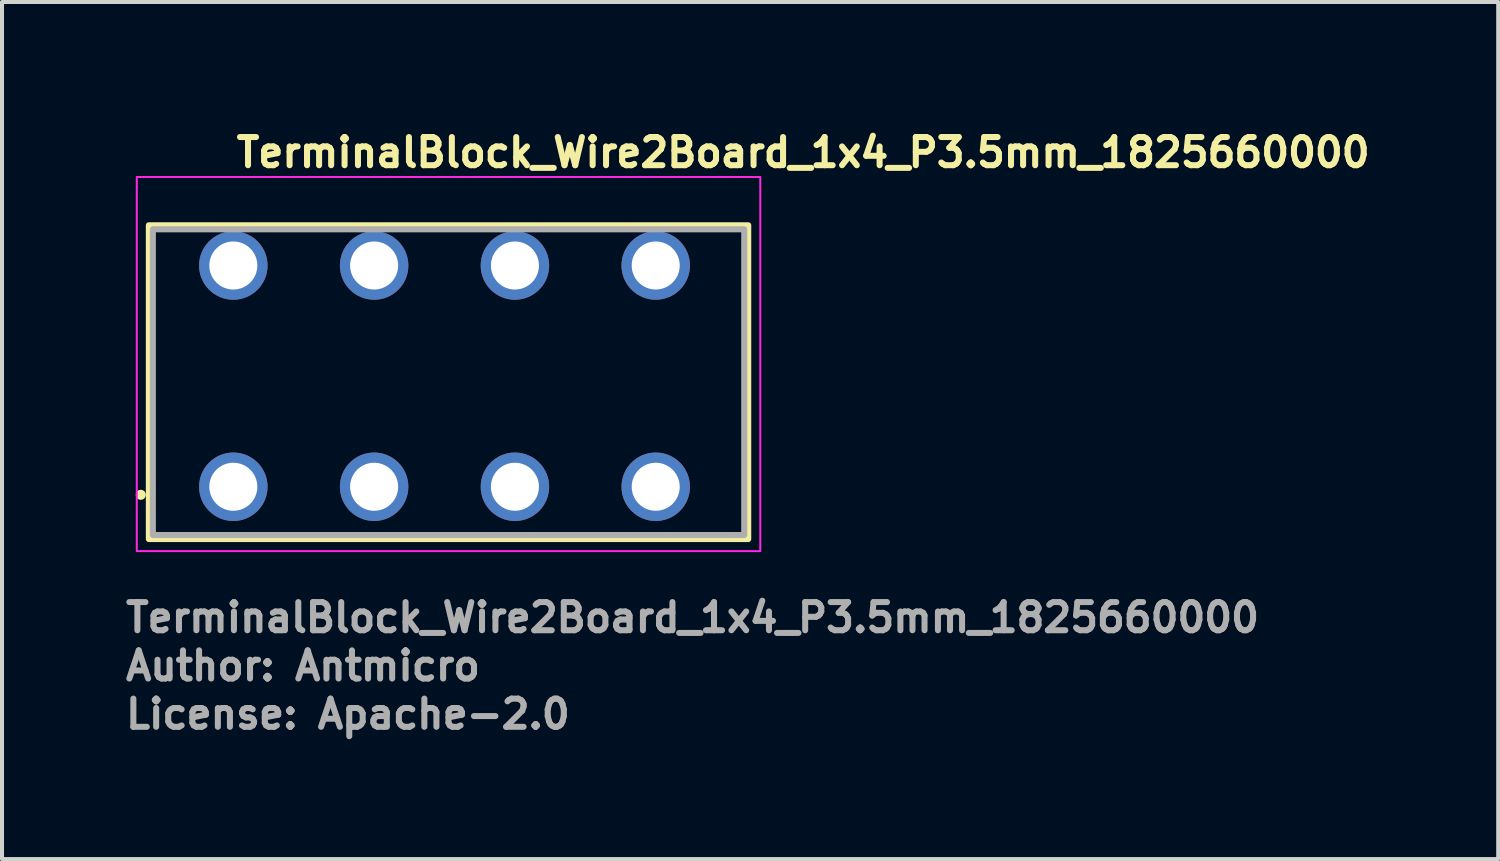
<source format=kicad_pcb>
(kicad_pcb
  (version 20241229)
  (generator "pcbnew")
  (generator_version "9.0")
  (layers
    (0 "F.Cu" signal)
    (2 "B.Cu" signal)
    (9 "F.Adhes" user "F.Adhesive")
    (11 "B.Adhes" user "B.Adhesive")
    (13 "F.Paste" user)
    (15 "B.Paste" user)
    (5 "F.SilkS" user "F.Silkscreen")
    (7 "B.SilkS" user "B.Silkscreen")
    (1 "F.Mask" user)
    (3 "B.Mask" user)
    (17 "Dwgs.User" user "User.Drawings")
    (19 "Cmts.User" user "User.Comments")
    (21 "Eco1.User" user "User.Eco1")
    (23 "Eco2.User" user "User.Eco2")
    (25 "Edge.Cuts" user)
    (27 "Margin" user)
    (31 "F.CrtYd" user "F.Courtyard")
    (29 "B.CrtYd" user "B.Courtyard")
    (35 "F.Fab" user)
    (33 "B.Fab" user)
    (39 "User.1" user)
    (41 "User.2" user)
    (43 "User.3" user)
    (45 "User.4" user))
  (footprint "TerminalBlock_Wire2Board_1x4_P3.5mm_1825660000"
    (layer "F.Cu")
    (at 2.75 3.55)
    (property "Reference" "TerminalBlock_Wire2Board_1x4_P3.5mm_1825660000" (at 0 -2.4 0) (layer "F.SilkS") (effects (font (size 0.7 0.7) (thickness 0.15)) (justify left bottom)))
    (attr through_hole)
    (fp_rect (start -2.1 -1) (end 12.8 6.8) (stroke (width 0.15) (type solid)) (fill no) (layer "F.SilkS"))
    (fp_circle (center -2.3 5.7) (end -2.25 5.7) (stroke (width 0.15) (type solid)) (fill yes) (layer "F.SilkS"))
    (fp_rect (start -2.4 -2.2) (end 13.1 7.1) (stroke (width 0.05) (type solid)) (fill no) (layer "F.CrtYd"))
    (fp_rect (start -2 -0.9) (end 12.7 6.7) (stroke (width 0.15) (type solid)) (fill no) (layer "F.Fab"))
    (fp_rect (start -2 -1.8) (end 12.7 6.7) (stroke (width 0.1) (type solid)) (fill no) (layer "User.5"))
    (fp_line (start -2 -1.8) (end 12.7 -1.8) (stroke (width 0.02) (type solid)) (layer "User.9"))
    (fp_line (start -2 0.1) (end -2 -1.8) (stroke (width 0.02) (type solid)) (layer "User.9"))
    (fp_line (start -2 0.1) (end -2 6.1) (stroke (width 0.02) (type solid)) (layer "User.9"))
    (fp_line (start -2 0.1) (end -1.3 0.1) (stroke (width 0.02) (type solid)) (layer "User.9"))
    (fp_line (start -2 6.1) (end -0.95 6.1) (stroke (width 0.02) (type solid)) (layer "User.9"))
    (fp_line (start -2 6.7) (end -2 6.1) (stroke (width 0.02) (type solid)) (layer "User.9"))
    (fp_line (start -2 6.7) (end 12.7 6.7) (stroke (width 0.02) (type solid)) (layer "User.9"))
    (fp_line (start -1.45 4.75) (end -1.448 4.834) (stroke (width 0.02) (type solid)) (layer "User.9"))
    (fp_line (start -1.448 4.666) (end -1.45 4.75) (stroke (width 0.02) (type solid)) (layer "User.9"))
    (fp_line (start -1.448 4.834) (end -1.442 4.919) (stroke (width 0.02) (type solid)) (layer "User.9"))
    (fp_line (start -1.442 4.581) (end -1.448 4.666) (stroke (width 0.02) (type solid)) (layer "User.9"))
    (fp_line (start -1.442 4.919) (end -1.432 5.002) (stroke (width 0.02) (type solid)) (layer "User.9"))
    (fp_line (start -1.432 4.498) (end -1.442 4.581) (stroke (width 0.02) (type solid)) (layer "User.9"))
    (fp_line (start -1.432 5.002) (end -1.419 5.086) (stroke (width 0.02) (type solid)) (layer "User.9"))
    (fp_line (start -1.419 4.414) (end -1.432 4.498) (stroke (width 0.02) (type solid)) (layer "User.9"))
    (fp_line (start -1.419 5.086) (end -1.401 5.169) (stroke (width 0.02) (type solid)) (layer "User.9"))
    (fp_line (start -1.401 4.331) (end -1.419 4.414) (stroke (width 0.02) (type solid)) (layer "User.9"))
    (fp_line (start -1.401 5.169) (end -1.38 5.251) (stroke (width 0.02) (type solid)) (layer "User.9"))
    (fp_line (start -1.38 4.249) (end -1.401 4.331) (stroke (width 0.02) (type solid)) (layer "User.9"))
    (fp_line (start -1.38 5.251) (end -1.354 5.332) (stroke (width 0.02) (type solid)) (layer "User.9"))
    (fp_line (start -1.354 4.168) (end -1.38 4.249) (stroke (width 0.02) (type solid)) (layer "User.9"))
    (fp_line (start -1.354 5.332) (end -1.325 5.412) (stroke (width 0.02) (type solid)) (layer "User.9"))
    (fp_line (start -1.325 4.088) (end -1.354 4.168) (stroke (width 0.02) (type solid)) (layer "User.9"))
    (fp_line (start -1.325 5.412) (end -1.292 5.492) (stroke (width 0.02) (type solid)) (layer "User.9"))
    (fp_line (start -1.3 0.1) (end 1.5 0.1) (stroke (width 0.02) (type solid)) (layer "User.9"))
    (fp_line (start -1.3 0.2) (end -1.3 0.1) (stroke (width 0.02) (type solid)) (layer "User.9"))
    (fp_line (start -1.3 0.2) (end -1.3 3.3) (stroke (width 0.02) (type solid)) (layer "User.9"))
    (fp_line (start -1.292 4.008) (end -1.325 4.088) (stroke (width 0.02) (type solid)) (layer "User.9"))
    (fp_line (start -1.292 5.492) (end -1.255 5.569) (stroke (width 0.02) (type solid)) (layer "User.9"))
    (fp_line (start -1.255 3.931) (end -1.292 4.008) (stroke (width 0.02) (type solid)) (layer "User.9"))
    (fp_line (start -1.255 5.569) (end -1.214 5.646) (stroke (width 0.02) (type solid)) (layer "User.9"))
    (fp_line (start -1.214 3.854) (end -1.255 3.931) (stroke (width 0.02) (type solid)) (layer "User.9"))
    (fp_line (start -1.214 5.646) (end -1.169 5.72) (stroke (width 0.02) (type solid)) (layer "User.9"))
    (fp_line (start -1.169 3.78) (end -1.214 3.854) (stroke (width 0.02) (type solid)) (layer "User.9"))
    (fp_line (start -1.169 5.72) (end -1.12 5.793) (stroke (width 0.02) (type solid)) (layer "User.9"))
    (fp_line (start -1.12 3.707) (end -1.169 3.78) (stroke (width 0.02) (type solid)) (layer "User.9"))
    (fp_line (start -1.12 5.793) (end -1.067 5.864) (stroke (width 0.02) (type solid)) (layer "User.9"))
    (fp_line (start -1.067 3.636) (end -1.12 3.707) (stroke (width 0.02) (type solid)) (layer "User.9"))
    (fp_line (start -1.067 5.864) (end -1.011 5.933) (stroke (width 0.02) (type solid)) (layer "User.9"))
    (fp_line (start -1.011 3.567) (end -1.067 3.636) (stroke (width 0.02) (type solid)) (layer "User.9"))
    (fp_line (start -1.011 5.933) (end -0.95 6) (stroke (width 0.02) (type solid)) (layer "User.9"))
    (fp_line (start -0.95 3.5) (end -1.011 3.567) (stroke (width 0.02) (type solid)) (layer "User.9"))
    (fp_line (start -0.95 3.5) (end -0.95 3.3) (stroke (width 0.02) (type solid)) (layer "User.9"))
    (fp_line (start -0.95 6.1) (end -0.95 6) (stroke (width 0.02) (type solid)) (layer "User.9"))
    (fp_line (start -0.95 6.2) (end -0.95 6.1) (stroke (width 0.02) (type solid)) (layer "User.9"))
    (fp_line (start -0.95 6.2) (end 1.05 6.2) (stroke (width 0.02) (type solid)) (layer "User.9"))
    (fp_line (start -0.84 3.3) (end -1.3 3.3) (stroke (width 0.02) (type solid)) (layer "User.9"))
    (fp_line (start -0.84 3.3) (end -0.84 3) (stroke (width 0.02) (type solid)) (layer "User.9"))
    (fp_line (start -0.84 3.3) (end 1.04 3.3) (stroke (width 0.02) (type solid)) (layer "User.9"))
    (fp_line (start -0.6 1.15) (end -0.599 1.175) (stroke (width 0.02) (type solid)) (layer "User.9"))
    (fp_line (start -0.599 1.125) (end -0.6 1.15) (stroke (width 0.02) (type solid)) (layer "User.9"))
    (fp_line (start -0.599 1.175) (end -0.598 1.2) (stroke (width 0.02) (type solid)) (layer "User.9"))
    (fp_line (start -0.598 1.1) (end -0.599 1.125) (stroke (width 0.02) (type solid)) (layer "User.9"))
    (fp_line (start -0.598 1.2) (end -0.596 1.225) (stroke (width 0.02) (type solid)) (layer "User.9"))
    (fp_line (start -0.596 1.075) (end -0.598 1.1) (stroke (width 0.02) (type solid)) (layer "User.9"))
    (fp_line (start -0.596 1.225) (end -0.592 1.25) (stroke (width 0.02) (type solid)) (layer "User.9"))
    (fp_line (start -0.592 1.05) (end -0.596 1.075) (stroke (width 0.02) (type solid)) (layer "User.9"))
    (fp_line (start -0.592 1.25) (end -0.588 1.274) (stroke (width 0.02) (type solid)) (layer "User.9"))
    (fp_line (start -0.588 1.026) (end -0.592 1.05) (stroke (width 0.02) (type solid)) (layer "User.9"))
    (fp_line (start -0.588 1.274) (end -0.584 1.299) (stroke (width 0.02) (type solid)) (layer "User.9"))
    (fp_line (start -0.584 1.001) (end -0.588 1.026) (stroke (width 0.02) (type solid)) (layer "User.9"))
    (fp_line (start -0.584 1.299) (end -0.578 1.323) (stroke (width 0.02) (type solid)) (layer "User.9"))
    (fp_line (start -0.578 0.977) (end -0.584 1.001) (stroke (width 0.02) (type solid)) (layer "User.9"))
    (fp_line (start -0.578 1.323) (end -0.571 1.347) (stroke (width 0.02) (type solid)) (layer "User.9"))
    (fp_line (start -0.571 0.953) (end -0.578 0.977) (stroke (width 0.02) (type solid)) (layer "User.9"))
    (fp_line (start -0.571 1.347) (end -0.564 1.371) (stroke (width 0.02) (type solid)) (layer "User.9"))
    (fp_line (start -0.564 0.929) (end -0.571 0.953) (stroke (width 0.02) (type solid)) (layer "User.9"))
    (fp_line (start -0.564 1.371) (end -0.556 1.394) (stroke (width 0.02) (type solid)) (layer "User.9"))
    (fp_line (start -0.556 0.906) (end -0.564 0.929) (stroke (width 0.02) (type solid)) (layer "User.9"))
    (fp_line (start -0.556 1.394) (end -0.546 1.417) (stroke (width 0.02) (type solid)) (layer "User.9"))
    (fp_line (start -0.546 0.883) (end -0.556 0.906) (stroke (width 0.02) (type solid)) (layer "User.9"))
    (fp_line (start -0.546 1.417) (end -0.537 1.44) (stroke (width 0.02) (type solid)) (layer "User.9"))
    (fp_line (start -0.537 0.86) (end -0.546 0.883) (stroke (width 0.02) (type solid)) (layer "User.9"))
    (fp_line (start -0.537 1.44) (end -0.526 1.463) (stroke (width 0.02) (type solid)) (layer "User.9"))
    (fp_line (start -0.526 0.837) (end -0.537 0.86) (stroke (width 0.02) (type solid)) (layer "User.9"))
    (fp_line (start -0.526 1.463) (end -0.514 1.485) (stroke (width 0.02) (type solid)) (layer "User.9"))
    (fp_line (start -0.514 0.815) (end -0.526 0.837) (stroke (width 0.02) (type solid)) (layer "User.9"))
    (fp_line (start -0.514 1.485) (end -0.502 1.507) (stroke (width 0.02) (type solid)) (layer "User.9"))
    (fp_line (start -0.502 0.793) (end -0.514 0.815) (stroke (width 0.02) (type solid)) (layer "User.9"))
    (fp_line (start -0.502 1.507) (end -0.489 1.528) (stroke (width 0.02) (type solid)) (layer "User.9"))
    (fp_line (start -0.489 0.2) (end -1.3 0.2) (stroke (width 0.02) (type solid)) (layer "User.9"))
    (fp_line (start -0.489 0.2) (end -0.489 0.772) (stroke (width 0.02) (type solid)) (layer "User.9"))
    (fp_line (start -0.489 0.2) (end -0.2 0.2) (stroke (width 0.02) (type solid)) (layer "User.9"))
    (fp_line (start -0.489 0.772) (end -0.502 0.793) (stroke (width 0.02) (type solid)) (layer "User.9"))
    (fp_line (start -0.489 0.772) (end -0.473 0.748) (stroke (width 0.02) (type solid)) (layer "User.9"))
    (fp_line (start -0.489 1.528) (end -0.489 3) (stroke (width 0.02) (type solid)) (layer "User.9"))
    (fp_line (start -0.489 1.528) (end -0.473 1.552) (stroke (width 0.02) (type solid)) (layer "User.9"))
    (fp_line (start -0.489 3) (end -0.84 3) (stroke (width 0.02) (type solid)) (layer "User.9"))
    (fp_line (start -0.489 3) (end -0.2 3) (stroke (width 0.02) (type solid)) (layer "User.9"))
    (fp_line (start -0.473 0.748) (end -0.456 0.726) (stroke (width 0.02) (type solid)) (layer "User.9"))
    (fp_line (start -0.473 1.552) (end -0.456 1.574) (stroke (width 0.02) (type solid)) (layer "User.9"))
    (fp_line (start -0.456 0.726) (end -0.439 0.705) (stroke (width 0.02) (type solid)) (layer "User.9"))
    (fp_line (start -0.456 1.574) (end -0.44 1.595) (stroke (width 0.02) (type solid)) (layer "User.9"))
    (fp_line (start -0.44 1.595) (end -0.422 1.615) (stroke (width 0.02) (type solid)) (layer "User.9"))
    (fp_line (start -0.439 0.705) (end -0.422 0.685) (stroke (width 0.02) (type solid)) (layer "User.9"))
    (fp_line (start -0.422 0.685) (end -0.405 0.666) (stroke (width 0.02) (type solid)) (layer "User.9"))
    (fp_line (start -0.422 1.615) (end -0.405 1.634) (stroke (width 0.02) (type solid)) (layer "User.9"))
    (fp_line (start -0.405 0.666) (end -0.387 0.648) (stroke (width 0.02) (type solid)) (layer "User.9"))
    (fp_line (start -0.405 1.634) (end -0.387 1.652) (stroke (width 0.02) (type solid)) (layer "User.9"))
    (fp_line (start -0.387 0.648) (end -0.369 0.631) (stroke (width 0.02) (type solid)) (layer "User.9"))
    (fp_line (start -0.387 1.652) (end -0.369 1.669) (stroke (width 0.02) (type solid)) (layer "User.9"))
    (fp_line (start -0.369 0.631) (end -0.351 0.615) (stroke (width 0.02) (type solid)) (layer "User.9"))
    (fp_line (start -0.369 1.669) (end -0.351 1.685) (stroke (width 0.02) (type solid)) (layer "User.9"))
    (fp_line (start -0.351 0.615) (end -0.333 0.6) (stroke (width 0.02) (type solid)) (layer "User.9"))
    (fp_line (start -0.351 1.685) (end -0.333 1.7) (stroke (width 0.02) (type solid)) (layer "User.9"))
    (fp_line (start -0.333 0.6) (end -0.314 0.586) (stroke (width 0.02) (type solid)) (layer "User.9"))
    (fp_line (start -0.333 1.7) (end -0.314 1.714) (stroke (width 0.02) (type solid)) (layer "User.9"))
    (fp_line (start -0.314 0.586) (end -0.295 0.573) (stroke (width 0.02) (type solid)) (layer "User.9"))
    (fp_line (start -0.314 1.714) (end -0.295 1.727) (stroke (width 0.02) (type solid)) (layer "User.9"))
    (fp_line (start -0.295 0.573) (end -0.276 0.56) (stroke (width 0.02) (type solid)) (layer "User.9"))
    (fp_line (start -0.295 1.727) (end -0.276 1.74) (stroke (width 0.02) (type solid)) (layer "User.9"))
    (fp_line (start -0.276 0.56) (end -0.257 0.549) (stroke (width 0.02) (type solid)) (layer "User.9"))
    (fp_line (start -0.276 1.74) (end -0.257 1.751) (stroke (width 0.02) (type solid)) (layer "User.9"))
    (fp_line (start -0.257 0.549) (end -0.238 0.538) (stroke (width 0.02) (type solid)) (layer "User.9"))
    (fp_line (start -0.257 1.751) (end -0.238 1.762) (stroke (width 0.02) (type solid)) (layer "User.9"))
    (fp_line (start -0.238 0.538) (end -0.219 0.528) (stroke (width 0.02) (type solid)) (layer "User.9"))
    (fp_line (start -0.238 1.762) (end -0.219 1.772) (stroke (width 0.02) (type solid)) (layer "User.9"))
    (fp_line (start -0.219 0.528) (end -0.2 0.518) (stroke (width 0.02) (type solid)) (layer "User.9"))
    (fp_line (start -0.219 1.772) (end -0.2 1.782) (stroke (width 0.02) (type solid)) (layer "User.9"))
    (fp_line (start -0.2 0.2) (end -0.2 0.518) (stroke (width 0.02) (type solid)) (layer "User.9"))
    (fp_line (start -0.2 0.2) (end 0.4 0.2) (stroke (width 0.02) (type solid)) (layer "User.9"))
    (fp_line (start -0.2 0.518) (end -0.164 0.502) (stroke (width 0.02) (type solid)) (layer "User.9"))
    (fp_line (start -0.2 1.782) (end -0.2 3) (stroke (width 0.02) (type solid)) (layer "User.9"))
    (fp_line (start -0.2 1.782) (end -0.164 1.798) (stroke (width 0.02) (type solid)) (layer "User.9"))
    (fp_line (start -0.2 3) (end 0.4 3) (stroke (width 0.02) (type solid)) (layer "User.9"))
    (fp_line (start -0.164 0.502) (end -0.127 0.488) (stroke (width 0.02) (type solid)) (layer "User.9"))
    (fp_line (start -0.164 1.798) (end -0.127 1.812) (stroke (width 0.02) (type solid)) (layer "User.9"))
    (fp_line (start -0.127 0.488) (end -0.09 0.477) (stroke (width 0.02) (type solid)) (layer "User.9"))
    (fp_line (start -0.127 1.812) (end -0.09 1.823) (stroke (width 0.02) (type solid)) (layer "User.9"))
    (fp_line (start -0.09 0.477) (end -0.053 0.467) (stroke (width 0.02) (type solid)) (layer "User.9"))
    (fp_line (start -0.09 1.823) (end -0.053 1.833) (stroke (width 0.02) (type solid)) (layer "User.9"))
    (fp_line (start -0.053 0.467) (end -0.015 0.46) (stroke (width 0.02) (type solid)) (layer "User.9"))
    (fp_line (start -0.053 1.833) (end -0.015 1.84) (stroke (width 0.02) (type solid)) (layer "User.9"))
    (fp_line (start -0.015 0.46) (end 0.023 0.455) (stroke (width 0.02) (type solid)) (layer "User.9"))
    (fp_line (start -0.015 1.84) (end 0.023 1.845) (stroke (width 0.02) (type solid)) (layer "User.9"))
    (fp_line (start 0.023 0.455) (end 0.062 0.451) (stroke (width 0.02) (type solid)) (layer "User.9"))
    (fp_line (start 0.023 1.845) (end 0.062 1.849) (stroke (width 0.02) (type solid)) (layer "User.9"))
    (fp_line (start 0.062 0.451) (end 0.1 0.45) (stroke (width 0.02) (type solid)) (layer "User.9"))
    (fp_line (start 0.062 1.849) (end 0.1 1.85) (stroke (width 0.02) (type solid)) (layer "User.9"))
    (fp_line (start 0.1 0.45) (end 0.138 0.451) (stroke (width 0.02) (type solid)) (layer "User.9"))
    (fp_line (start 0.1 1.85) (end 0.138 1.849) (stroke (width 0.02) (type solid)) (layer "User.9"))
    (fp_line (start 0.138 0.451) (end 0.177 0.455) (stroke (width 0.02) (type solid)) (layer "User.9"))
    (fp_line (start 0.138 1.849) (end 0.177 1.845) (stroke (width 0.02) (type solid)) (layer "User.9"))
    (fp_line (start 0.177 0.455) (end 0.215 0.46) (stroke (width 0.02) (type solid)) (layer "User.9"))
    (fp_line (start 0.177 1.845) (end 0.215 1.84) (stroke (width 0.02) (type solid)) (layer "User.9"))
    (fp_line (start 0.215 0.46) (end 0.253 0.467) (stroke (width 0.02) (type solid)) (layer "User.9"))
    (fp_line (start 0.215 1.84) (end 0.253 1.833) (stroke (width 0.02) (type solid)) (layer "User.9"))
    (fp_line (start 0.253 0.467) (end 0.29 0.477) (stroke (width 0.02) (type solid)) (layer "User.9"))
    (fp_line (start 0.253 1.833) (end 0.29 1.823) (stroke (width 0.02) (type solid)) (layer "User.9"))
    (fp_line (start 0.29 0.477) (end 0.327 0.488) (stroke (width 0.02) (type solid)) (layer "User.9"))
    (fp_line (start 0.29 1.823) (end 0.327 1.812) (stroke (width 0.02) (type solid)) (layer "User.9"))
    (fp_line (start 0.327 0.488) (end 0.364 0.502) (stroke (width 0.02) (type solid)) (layer "User.9"))
    (fp_line (start 0.327 1.812) (end 0.364 1.798) (stroke (width 0.02) (type solid)) (layer "User.9"))
    (fp_line (start 0.364 0.502) (end 0.4 0.518) (stroke (width 0.02) (type solid)) (layer "User.9"))
    (fp_line (start 0.364 1.798) (end 0.4 1.782) (stroke (width 0.02) (type solid)) (layer "User.9"))
    (fp_line (start 0.4 0.2) (end 0.4 0.518) (stroke (width 0.02) (type solid)) (layer "User.9"))
    (fp_line (start 0.4 0.2) (end 0.689 0.2) (stroke (width 0.02) (type solid)) (layer "User.9"))
    (fp_line (start 0.4 1.782) (end 0.4 3) (stroke (width 0.02) (type solid)) (layer "User.9"))
    (fp_line (start 0.419 0.528) (end 0.4 0.518) (stroke (width 0.02) (type solid)) (layer "User.9"))
    (fp_line (start 0.419 1.772) (end 0.4 1.782) (stroke (width 0.02) (type solid)) (layer "User.9"))
    (fp_line (start 0.438 0.538) (end 0.419 0.528) (stroke (width 0.02) (type solid)) (layer "User.9"))
    (fp_line (start 0.438 1.762) (end 0.419 1.772) (stroke (width 0.02) (type solid)) (layer "User.9"))
    (fp_line (start 0.457 0.549) (end 0.438 0.538) (stroke (width 0.02) (type solid)) (layer "User.9"))
    (fp_line (start 0.457 1.751) (end 0.438 1.762) (stroke (width 0.02) (type solid)) (layer "User.9"))
    (fp_line (start 0.476 0.56) (end 0.457 0.549) (stroke (width 0.02) (type solid)) (layer "User.9"))
    (fp_line (start 0.476 1.74) (end 0.457 1.751) (stroke (width 0.02) (type solid)) (layer "User.9"))
    (fp_line (start 0.495 0.573) (end 0.476 0.56) (stroke (width 0.02) (type solid)) (layer "User.9"))
    (fp_line (start 0.495 1.727) (end 0.476 1.74) (stroke (width 0.02) (type solid)) (layer "User.9"))
    (fp_line (start 0.514 0.586) (end 0.495 0.573) (stroke (width 0.02) (type solid)) (layer "User.9"))
    (fp_line (start 0.514 1.714) (end 0.495 1.727) (stroke (width 0.02) (type solid)) (layer "User.9"))
    (fp_line (start 0.533 0.6) (end 0.514 0.586) (stroke (width 0.02) (type solid)) (layer "User.9"))
    (fp_line (start 0.533 1.7) (end 0.514 1.714) (stroke (width 0.02) (type solid)) (layer "User.9"))
    (fp_line (start 0.551 0.615) (end 0.533 0.6) (stroke (width 0.02) (type solid)) (layer "User.9"))
    (fp_line (start 0.551 1.685) (end 0.533 1.7) (stroke (width 0.02) (type solid)) (layer "User.9"))
    (fp_line (start 0.569 0.631) (end 0.551 0.615) (stroke (width 0.02) (type solid)) (layer "User.9"))
    (fp_line (start 0.569 1.669) (end 0.551 1.685) (stroke (width 0.02) (type solid)) (layer "User.9"))
    (fp_line (start 0.587 0.648) (end 0.569 0.631) (stroke (width 0.02) (type solid)) (layer "User.9"))
    (fp_line (start 0.587 1.652) (end 0.569 1.669) (stroke (width 0.02) (type solid)) (layer "User.9"))
    (fp_line (start 0.605 0.666) (end 0.587 0.648) (stroke (width 0.02) (type solid)) (layer "User.9"))
    (fp_line (start 0.605 1.634) (end 0.587 1.652) (stroke (width 0.02) (type solid)) (layer "User.9"))
    (fp_line (start 0.622 0.685) (end 0.605 0.666) (stroke (width 0.02) (type solid)) (layer "User.9"))
    (fp_line (start 0.622 1.615) (end 0.605 1.634) (stroke (width 0.02) (type solid)) (layer "User.9"))
    (fp_line (start 0.639 0.705) (end 0.622 0.685) (stroke (width 0.02) (type solid)) (layer "User.9"))
    (fp_line (start 0.64 1.595) (end 0.622 1.615) (stroke (width 0.02) (type solid)) (layer "User.9"))
    (fp_line (start 0.656 0.726) (end 0.639 0.705) (stroke (width 0.02) (type solid)) (layer "User.9"))
    (fp_line (start 0.656 1.574) (end 0.64 1.595) (stroke (width 0.02) (type solid)) (layer "User.9"))
    (fp_line (start 0.673 0.748) (end 0.656 0.726) (stroke (width 0.02) (type solid)) (layer "User.9"))
    (fp_line (start 0.673 1.552) (end 0.656 1.574) (stroke (width 0.02) (type solid)) (layer "User.9"))
    (fp_line (start 0.689 0.2) (end 0.689 0.772) (stroke (width 0.02) (type solid)) (layer "User.9"))
    (fp_line (start 0.689 0.772) (end 0.673 0.748) (stroke (width 0.02) (type solid)) (layer "User.9"))
    (fp_line (start 0.689 1.528) (end 0.673 1.552) (stroke (width 0.02) (type solid)) (layer "User.9"))
    (fp_line (start 0.689 1.528) (end 0.689 3) (stroke (width 0.02) (type solid)) (layer "User.9"))
    (fp_line (start 0.689 1.528) (end 0.702 1.507) (stroke (width 0.02) (type solid)) (layer "User.9"))
    (fp_line (start 0.689 3) (end 0.4 3) (stroke (width 0.02) (type solid)) (layer "User.9"))
    (fp_line (start 0.702 0.793) (end 0.689 0.772) (stroke (width 0.02) (type solid)) (layer "User.9"))
    (fp_line (start 0.702 1.507) (end 0.714 1.485) (stroke (width 0.02) (type solid)) (layer "User.9"))
    (fp_line (start 0.714 0.815) (end 0.702 0.793) (stroke (width 0.02) (type solid)) (layer "User.9"))
    (fp_line (start 0.714 1.485) (end 0.726 1.463) (stroke (width 0.02) (type solid)) (layer "User.9"))
    (fp_line (start 0.726 0.837) (end 0.714 0.815) (stroke (width 0.02) (type solid)) (layer "User.9"))
    (fp_line (start 0.726 1.463) (end 0.737 1.44) (stroke (width 0.02) (type solid)) (layer "User.9"))
    (fp_line (start 0.737 0.86) (end 0.726 0.837) (stroke (width 0.02) (type solid)) (layer "User.9"))
    (fp_line (start 0.737 1.44) (end 0.746 1.417) (stroke (width 0.02) (type solid)) (layer "User.9"))
    (fp_line (start 0.746 0.883) (end 0.737 0.86) (stroke (width 0.02) (type solid)) (layer "User.9"))
    (fp_line (start 0.746 1.417) (end 0.756 1.394) (stroke (width 0.02) (type solid)) (layer "User.9"))
    (fp_line (start 0.756 0.906) (end 0.746 0.883) (stroke (width 0.02) (type solid)) (layer "User.9"))
    (fp_line (start 0.756 1.394) (end 0.764 1.371) (stroke (width 0.02) (type solid)) (layer "User.9"))
    (fp_line (start 0.764 0.929) (end 0.756 0.906) (stroke (width 0.02) (type solid)) (layer "User.9"))
    (fp_line (start 0.764 1.371) (end 0.771 1.347) (stroke (width 0.02) (type solid)) (layer "User.9"))
    (fp_line (start 0.771 0.953) (end 0.764 0.929) (stroke (width 0.02) (type solid)) (layer "User.9"))
    (fp_line (start 0.771 1.347) (end 0.778 1.323) (stroke (width 0.02) (type solid)) (layer "User.9"))
    (fp_line (start 0.778 0.977) (end 0.771 0.953) (stroke (width 0.02) (type solid)) (layer "User.9"))
    (fp_line (start 0.778 1.323) (end 0.784 1.299) (stroke (width 0.02) (type solid)) (layer "User.9"))
    (fp_line (start 0.784 1.001) (end 0.778 0.977) (stroke (width 0.02) (type solid)) (layer "User.9"))
    (fp_line (start 0.784 1.299) (end 0.788 1.274) (stroke (width 0.02) (type solid)) (layer "User.9"))
    (fp_line (start 0.788 1.026) (end 0.784 1.001) (stroke (width 0.02) (type solid)) (layer "User.9"))
    (fp_line (start 0.788 1.274) (end 0.792 1.25) (stroke (width 0.02) (type solid)) (layer "User.9"))
    (fp_line (start 0.792 1.05) (end 0.788 1.026) (stroke (width 0.02) (type solid)) (layer "User.9"))
    (fp_line (start 0.792 1.25) (end 0.796 1.225) (stroke (width 0.02) (type solid)) (layer "User.9"))
    (fp_line (start 0.796 1.075) (end 0.792 1.05) (stroke (width 0.02) (type solid)) (layer "User.9"))
    (fp_line (start 0.796 1.225) (end 0.798 1.2) (stroke (width 0.02) (type solid)) (layer "User.9"))
    (fp_line (start 0.798 1.1) (end 0.796 1.075) (stroke (width 0.02) (type solid)) (layer "User.9"))
    (fp_line (start 0.798 1.2) (end 0.799 1.175) (stroke (width 0.02) (type solid)) (layer "User.9"))
    (fp_line (start 0.799 1.125) (end 0.798 1.1) (stroke (width 0.02) (type solid)) (layer "User.9"))
    (fp_line (start 0.799 1.175) (end 0.8 1.15) (stroke (width 0.02) (type solid)) (layer "User.9"))
    (fp_line (start 0.8 1.15) (end 0.799 1.125) (stroke (width 0.02) (type solid)) (layer "User.9"))
    (fp_line (start 1.04 3) (end 0.689 3) (stroke (width 0.02) (type solid)) (layer "User.9"))
    (fp_line (start 1.04 3.3) (end 1.04 3) (stroke (width 0.02) (type solid)) (layer "User.9"))
    (fp_line (start 1.05 3.3) (end 1.05 3.5) (stroke (width 0.02) (type solid)) (layer "User.9"))
    (fp_line (start 1.05 6) (end 1.111 5.933) (stroke (width 0.02) (type solid)) (layer "User.9"))
    (fp_line (start 1.05 6.1) (end 1.05 6) (stroke (width 0.02) (type solid)) (layer "User.9"))
    (fp_line (start 1.05 6.1) (end 1.85 6.1) (stroke (width 0.02) (type solid)) (layer "User.9"))
    (fp_line (start 1.05 6.2) (end 1.05 6.1) (stroke (width 0.02) (type solid)) (layer "User.9"))
    (fp_line (start 1.111 3.567) (end 1.05 3.5) (stroke (width 0.02) (type solid)) (layer "User.9"))
    (fp_line (start 1.111 5.933) (end 1.167 5.864) (stroke (width 0.02) (type solid)) (layer "User.9"))
    (fp_line (start 1.167 3.636) (end 1.111 3.567) (stroke (width 0.02) (type solid)) (layer "User.9"))
    (fp_line (start 1.167 5.864) (end 1.22 5.793) (stroke (width 0.02) (type solid)) (layer "User.9"))
    (fp_line (start 1.22 3.707) (end 1.167 3.636) (stroke (width 0.02) (type solid)) (layer "User.9"))
    (fp_line (start 1.22 5.793) (end 1.269 5.72) (stroke (width 0.02) (type solid)) (layer "User.9"))
    (fp_line (start 1.269 3.78) (end 1.22 3.707) (stroke (width 0.02) (type solid)) (layer "User.9"))
    (fp_line (start 1.269 5.72) (end 1.314 5.646) (stroke (width 0.02) (type solid)) (layer "User.9"))
    (fp_line (start 1.314 3.854) (end 1.269 3.78) (stroke (width 0.02) (type solid)) (layer "User.9"))
    (fp_line (start 1.314 5.646) (end 1.355 5.569) (stroke (width 0.02) (type solid)) (layer "User.9"))
    (fp_line (start 1.355 3.931) (end 1.314 3.854) (stroke (width 0.02) (type solid)) (layer "User.9"))
    (fp_line (start 1.355 5.569) (end 1.392 5.492) (stroke (width 0.02) (type solid)) (layer "User.9"))
    (fp_line (start 1.392 4.008) (end 1.355 3.931) (stroke (width 0.02) (type solid)) (layer "User.9"))
    (fp_line (start 1.392 5.492) (end 1.425 5.412) (stroke (width 0.02) (type solid)) (layer "User.9"))
    (fp_line (start 1.425 4.088) (end 1.392 4.008) (stroke (width 0.02) (type solid)) (layer "User.9"))
    (fp_line (start 1.425 5.412) (end 1.454 5.332) (stroke (width 0.02) (type solid)) (layer "User.9"))
    (fp_line (start 1.454 4.168) (end 1.425 4.088) (stroke (width 0.02) (type solid)) (layer "User.9"))
    (fp_line (start 1.454 5.332) (end 1.48 5.251) (stroke (width 0.02) (type solid)) (layer "User.9"))
    (fp_line (start 1.48 4.249) (end 1.454 4.168) (stroke (width 0.02) (type solid)) (layer "User.9"))
    (fp_line (start 1.48 5.251) (end 1.501 5.169) (stroke (width 0.02) (type solid)) (layer "User.9"))
    (fp_line (start 1.5 0.1) (end 1.5 0.2) (stroke (width 0.02) (type solid)) (layer "User.9"))
    (fp_line (start 1.5 0.1) (end 1.85 0.1) (stroke (width 0.02) (type solid)) (layer "User.9"))
    (fp_line (start 1.5 0.2) (end 0.689 0.2) (stroke (width 0.02) (type solid)) (layer "User.9"))
    (fp_line (start 1.5 0.2) (end 1.5 3.3) (stroke (width 0.02) (type solid)) (layer "User.9"))
    (fp_line (start 1.5 3.3) (end 1.04 3.3) (stroke (width 0.02) (type solid)) (layer "User.9"))
    (fp_line (start 1.501 4.331) (end 1.48 4.249) (stroke (width 0.02) (type solid)) (layer "User.9"))
    (fp_line (start 1.501 5.169) (end 1.519 5.086) (stroke (width 0.02) (type solid)) (layer "User.9"))
    (fp_line (start 1.519 4.414) (end 1.501 4.331) (stroke (width 0.02) (type solid)) (layer "User.9"))
    (fp_line (start 1.519 5.086) (end 1.532 5.002) (stroke (width 0.02) (type solid)) (layer "User.9"))
    (fp_line (start 1.532 4.498) (end 1.519 4.414) (stroke (width 0.02) (type solid)) (layer "User.9"))
    (fp_line (start 1.532 5.002) (end 1.542 4.919) (stroke (width 0.02) (type solid)) (layer "User.9"))
    (fp_line (start 1.542 4.581) (end 1.532 4.498) (stroke (width 0.02) (type solid)) (layer "User.9"))
    (fp_line (start 1.542 4.919) (end 1.548 4.834) (stroke (width 0.02) (type solid)) (layer "User.9"))
    (fp_line (start 1.548 4.666) (end 1.542 4.581) (stroke (width 0.02) (type solid)) (layer "User.9"))
    (fp_line (start 1.548 4.834) (end 1.55 4.75) (stroke (width 0.02) (type solid)) (layer "User.9"))
    (fp_line (start 1.55 4.75) (end 1.548 4.666) (stroke (width 0.02) (type solid)) (layer "User.9"))
    (fp_line (start 1.85 0.1) (end 2.2 0.1) (stroke (width 0.02) (type solid)) (layer "User.9"))
    (fp_line (start 1.85 6.1) (end 2.55 6.1) (stroke (width 0.02) (type solid)) (layer "User.9"))
    (fp_line (start 2.05 4.75) (end 2.052 4.834) (stroke (width 0.02) (type solid)) (layer "User.9"))
    (fp_line (start 2.052 4.666) (end 2.05 4.75) (stroke (width 0.02) (type solid)) (layer "User.9"))
    (fp_line (start 2.052 4.834) (end 2.058 4.919) (stroke (width 0.02) (type solid)) (layer "User.9"))
    (fp_line (start 2.058 4.581) (end 2.052 4.666) (stroke (width 0.02) (type solid)) (layer "User.9"))
    (fp_line (start 2.058 4.919) (end 2.068 5.002) (stroke (width 0.02) (type solid)) (layer "User.9"))
    (fp_line (start 2.068 4.498) (end 2.058 4.581) (stroke (width 0.02) (type solid)) (layer "User.9"))
    (fp_line (start 2.068 5.002) (end 2.081 5.086) (stroke (width 0.02) (type solid)) (layer "User.9"))
    (fp_line (start 2.081 4.414) (end 2.068 4.498) (stroke (width 0.02) (type solid)) (layer "User.9"))
    (fp_line (start 2.081 5.086) (end 2.099 5.169) (stroke (width 0.02) (type solid)) (layer "User.9"))
    (fp_line (start 2.099 4.331) (end 2.081 4.414) (stroke (width 0.02) (type solid)) (layer "User.9"))
    (fp_line (start 2.099 5.169) (end 2.12 5.251) (stroke (width 0.02) (type solid)) (layer "User.9"))
    (fp_line (start 2.12 4.249) (end 2.099 4.331) (stroke (width 0.02) (type solid)) (layer "User.9"))
    (fp_line (start 2.12 5.251) (end 2.146 5.332) (stroke (width 0.02) (type solid)) (layer "User.9"))
    (fp_line (start 2.146 4.168) (end 2.12 4.249) (stroke (width 0.02) (type solid)) (layer "User.9"))
    (fp_line (start 2.146 5.332) (end 2.175 5.412) (stroke (width 0.02) (type solid)) (layer "User.9"))
    (fp_line (start 2.175 4.088) (end 2.146 4.168) (stroke (width 0.02) (type solid)) (layer "User.9"))
    (fp_line (start 2.175 5.412) (end 2.208 5.492) (stroke (width 0.02) (type solid)) (layer "User.9"))
    (fp_line (start 2.2 0.1) (end 5 0.1) (stroke (width 0.02) (type solid)) (layer "User.9"))
    (fp_line (start 2.2 0.2) (end 2.2 0.1) (stroke (width 0.02) (type solid)) (layer "User.9"))
    (fp_line (start 2.2 0.2) (end 2.2 3.3) (stroke (width 0.02) (type solid)) (layer "User.9"))
    (fp_line (start 2.208 4.008) (end 2.175 4.088) (stroke (width 0.02) (type solid)) (layer "User.9"))
    (fp_line (start 2.208 5.492) (end 2.245 5.569) (stroke (width 0.02) (type solid)) (layer "User.9"))
    (fp_line (start 2.245 3.931) (end 2.208 4.008) (stroke (width 0.02) (type solid)) (layer "User.9"))
    (fp_line (start 2.245 5.569) (end 2.286 5.646) (stroke (width 0.02) (type solid)) (layer "User.9"))
    (fp_line (start 2.286 3.854) (end 2.245 3.931) (stroke (width 0.02) (type solid)) (layer "User.9"))
    (fp_line (start 2.286 5.646) (end 2.331 5.72) (stroke (width 0.02) (type solid)) (layer "User.9"))
    (fp_line (start 2.331 3.78) (end 2.286 3.854) (stroke (width 0.02) (type solid)) (layer "User.9"))
    (fp_line (start 2.331 5.72) (end 2.38 5.793) (stroke (width 0.02) (type solid)) (layer "User.9"))
    (fp_line (start 2.38 3.707) (end 2.331 3.78) (stroke (width 0.02) (type solid)) (layer "User.9"))
    (fp_line (start 2.38 5.793) (end 2.433 5.864) (stroke (width 0.02) (type solid)) (layer "User.9"))
    (fp_line (start 2.433 3.636) (end 2.38 3.707) (stroke (width 0.02) (type solid)) (layer "User.9"))
    (fp_line (start 2.433 5.864) (end 2.489 5.933) (stroke (width 0.02) (type solid)) (layer "User.9"))
    (fp_line (start 2.489 3.567) (end 2.433 3.636) (stroke (width 0.02) (type solid)) (layer "User.9"))
    (fp_line (start 2.489 5.933) (end 2.55 6) (stroke (width 0.02) (type solid)) (layer "User.9"))
    (fp_line (start 2.55 3.5) (end 2.489 3.567) (stroke (width 0.02) (type solid)) (layer "User.9"))
    (fp_line (start 2.55 3.5) (end 2.55 3.3) (stroke (width 0.02) (type solid)) (layer "User.9"))
    (fp_line (start 2.55 6.1) (end 2.55 6) (stroke (width 0.02) (type solid)) (layer "User.9"))
    (fp_line (start 2.55 6.2) (end 2.55 6.1) (stroke (width 0.02) (type solid)) (layer "User.9"))
    (fp_line (start 2.55 6.2) (end 4.55 6.2) (stroke (width 0.02) (type solid)) (layer "User.9"))
    (fp_line (start 2.66 3.3) (end 2.2 3.3) (stroke (width 0.02) (type solid)) (layer "User.9"))
    (fp_line (start 2.66 3.3) (end 2.66 3) (stroke (width 0.02) (type solid)) (layer "User.9"))
    (fp_line (start 2.66 3.3) (end 4.54 3.3) (stroke (width 0.02) (type solid)) (layer "User.9"))
    (fp_line (start 2.9 1.15) (end 2.901 1.175) (stroke (width 0.02) (type solid)) (layer "User.9"))
    (fp_line (start 2.901 1.125) (end 2.9 1.15) (stroke (width 0.02) (type solid)) (layer "User.9"))
    (fp_line (start 2.901 1.175) (end 2.902 1.2) (stroke (width 0.02) (type solid)) (layer "User.9"))
    (fp_line (start 2.902 1.1) (end 2.901 1.125) (stroke (width 0.02) (type solid)) (layer "User.9"))
    (fp_line (start 2.902 1.2) (end 2.904 1.225) (stroke (width 0.02) (type solid)) (layer "User.9"))
    (fp_line (start 2.904 1.075) (end 2.902 1.1) (stroke (width 0.02) (type solid)) (layer "User.9"))
    (fp_line (start 2.904 1.225) (end 2.908 1.25) (stroke (width 0.02) (type solid)) (layer "User.9"))
    (fp_line (start 2.908 1.05) (end 2.904 1.075) (stroke (width 0.02) (type solid)) (layer "User.9"))
    (fp_line (start 2.908 1.25) (end 2.912 1.274) (stroke (width 0.02) (type solid)) (layer "User.9"))
    (fp_line (start 2.912 1.026) (end 2.908 1.05) (stroke (width 0.02) (type solid)) (layer "User.9"))
    (fp_line (start 2.912 1.274) (end 2.916 1.299) (stroke (width 0.02) (type solid)) (layer "User.9"))
    (fp_line (start 2.916 1.001) (end 2.912 1.026) (stroke (width 0.02) (type solid)) (layer "User.9"))
    (fp_line (start 2.916 1.299) (end 2.922 1.323) (stroke (width 0.02) (type solid)) (layer "User.9"))
    (fp_line (start 2.922 0.977) (end 2.916 1.001) (stroke (width 0.02) (type solid)) (layer "User.9"))
    (fp_line (start 2.922 1.323) (end 2.929 1.347) (stroke (width 0.02) (type solid)) (layer "User.9"))
    (fp_line (start 2.929 0.953) (end 2.922 0.977) (stroke (width 0.02) (type solid)) (layer "User.9"))
    (fp_line (start 2.929 1.347) (end 2.936 1.371) (stroke (width 0.02) (type solid)) (layer "User.9"))
    (fp_line (start 2.936 0.929) (end 2.929 0.953) (stroke (width 0.02) (type solid)) (layer "User.9"))
    (fp_line (start 2.936 1.371) (end 2.944 1.394) (stroke (width 0.02) (type solid)) (layer "User.9"))
    (fp_line (start 2.944 0.906) (end 2.936 0.929) (stroke (width 0.02) (type solid)) (layer "User.9"))
    (fp_line (start 2.944 1.394) (end 2.954 1.417) (stroke (width 0.02) (type solid)) (layer "User.9"))
    (fp_line (start 2.954 0.883) (end 2.944 0.906) (stroke (width 0.02) (type solid)) (layer "User.9"))
    (fp_line (start 2.954 1.417) (end 2.963 1.44) (stroke (width 0.02) (type solid)) (layer "User.9"))
    (fp_line (start 2.963 0.86) (end 2.954 0.883) (stroke (width 0.02) (type solid)) (layer "User.9"))
    (fp_line (start 2.963 1.44) (end 2.974 1.463) (stroke (width 0.02) (type solid)) (layer "User.9"))
    (fp_line (start 2.974 0.837) (end 2.963 0.86) (stroke (width 0.02) (type solid)) (layer "User.9"))
    (fp_line (start 2.974 1.463) (end 2.986 1.485) (stroke (width 0.02) (type solid)) (layer "User.9"))
    (fp_line (start 2.986 0.815) (end 2.974 0.837) (stroke (width 0.02) (type solid)) (layer "User.9"))
    (fp_line (start 2.986 1.485) (end 2.998 1.507) (stroke (width 0.02) (type solid)) (layer "User.9"))
    (fp_line (start 2.998 0.793) (end 2.986 0.815) (stroke (width 0.02) (type solid)) (layer "User.9"))
    (fp_line (start 2.998 1.507) (end 3.011 1.528) (stroke (width 0.02) (type solid)) (layer "User.9"))
    (fp_line (start 3.011 0.2) (end 2.2 0.2) (stroke (width 0.02) (type solid)) (layer "User.9"))
    (fp_line (start 3.011 0.2) (end 3.011 0.772) (stroke (width 0.02) (type solid)) (layer "User.9"))
    (fp_line (start 3.011 0.2) (end 3.3 0.2) (stroke (width 0.02) (type solid)) (layer "User.9"))
    (fp_line (start 3.011 0.772) (end 2.998 0.793) (stroke (width 0.02) (type solid)) (layer "User.9"))
    (fp_line (start 3.011 0.772) (end 3.027 0.748) (stroke (width 0.02) (type solid)) (layer "User.9"))
    (fp_line (start 3.011 1.528) (end 3.011 3) (stroke (width 0.02) (type solid)) (layer "User.9"))
    (fp_line (start 3.011 1.528) (end 3.027 1.552) (stroke (width 0.02) (type solid)) (layer "User.9"))
    (fp_line (start 3.011 3) (end 2.66 3) (stroke (width 0.02) (type solid)) (layer "User.9"))
    (fp_line (start 3.011 3) (end 3.3 3) (stroke (width 0.02) (type solid)) (layer "User.9"))
    (fp_line (start 3.027 0.748) (end 3.044 0.726) (stroke (width 0.02) (type solid)) (layer "User.9"))
    (fp_line (start 3.027 1.552) (end 3.044 1.574) (stroke (width 0.02) (type solid)) (layer "User.9"))
    (fp_line (start 3.044 0.726) (end 3.061 0.705) (stroke (width 0.02) (type solid)) (layer "User.9"))
    (fp_line (start 3.044 1.574) (end 3.06 1.595) (stroke (width 0.02) (type solid)) (layer "User.9"))
    (fp_line (start 3.06 1.595) (end 3.078 1.615) (stroke (width 0.02) (type solid)) (layer "User.9"))
    (fp_line (start 3.061 0.705) (end 3.078 0.685) (stroke (width 0.02) (type solid)) (layer "User.9"))
    (fp_line (start 3.078 0.685) (end 3.095 0.666) (stroke (width 0.02) (type solid)) (layer "User.9"))
    (fp_line (start 3.078 1.615) (end 3.095 1.634) (stroke (width 0.02) (type solid)) (layer "User.9"))
    (fp_line (start 3.095 0.666) (end 3.113 0.648) (stroke (width 0.02) (type solid)) (layer "User.9"))
    (fp_line (start 3.095 1.634) (end 3.113 1.652) (stroke (width 0.02) (type solid)) (layer "User.9"))
    (fp_line (start 3.113 0.648) (end 3.131 0.631) (stroke (width 0.02) (type solid)) (layer "User.9"))
    (fp_line (start 3.113 1.652) (end 3.131 1.669) (stroke (width 0.02) (type solid)) (layer "User.9"))
    (fp_line (start 3.131 0.631) (end 3.149 0.615) (stroke (width 0.02) (type solid)) (layer "User.9"))
    (fp_line (start 3.131 1.669) (end 3.149 1.685) (stroke (width 0.02) (type solid)) (layer "User.9"))
    (fp_line (start 3.149 0.615) (end 3.167 0.6) (stroke (width 0.02) (type solid)) (layer "User.9"))
    (fp_line (start 3.149 1.685) (end 3.167 1.7) (stroke (width 0.02) (type solid)) (layer "User.9"))
    (fp_line (start 3.167 0.6) (end 3.186 0.586) (stroke (width 0.02) (type solid)) (layer "User.9"))
    (fp_line (start 3.167 1.7) (end 3.186 1.714) (stroke (width 0.02) (type solid)) (layer "User.9"))
    (fp_line (start 3.186 0.586) (end 3.205 0.573) (stroke (width 0.02) (type solid)) (layer "User.9"))
    (fp_line (start 3.186 1.714) (end 3.205 1.727) (stroke (width 0.02) (type solid)) (layer "User.9"))
    (fp_line (start 3.205 0.573) (end 3.224 0.56) (stroke (width 0.02) (type solid)) (layer "User.9"))
    (fp_line (start 3.205 1.727) (end 3.224 1.74) (stroke (width 0.02) (type solid)) (layer "User.9"))
    (fp_line (start 3.224 0.56) (end 3.243 0.549) (stroke (width 0.02) (type solid)) (layer "User.9"))
    (fp_line (start 3.224 1.74) (end 3.243 1.751) (stroke (width 0.02) (type solid)) (layer "User.9"))
    (fp_line (start 3.243 0.549) (end 3.262 0.538) (stroke (width 0.02) (type solid)) (layer "User.9"))
    (fp_line (start 3.243 1.751) (end 3.262 1.762) (stroke (width 0.02) (type solid)) (layer "User.9"))
    (fp_line (start 3.262 0.538) (end 3.281 0.528) (stroke (width 0.02) (type solid)) (layer "User.9"))
    (fp_line (start 3.262 1.762) (end 3.281 1.772) (stroke (width 0.02) (type solid)) (layer "User.9"))
    (fp_line (start 3.281 0.528) (end 3.3 0.518) (stroke (width 0.02) (type solid)) (layer "User.9"))
    (fp_line (start 3.281 1.772) (end 3.3 1.782) (stroke (width 0.02) (type solid)) (layer "User.9"))
    (fp_line (start 3.3 0.2) (end 3.3 0.518) (stroke (width 0.02) (type solid)) (layer "User.9"))
    (fp_line (start 3.3 0.2) (end 3.9 0.2) (stroke (width 0.02) (type solid)) (layer "User.9"))
    (fp_line (start 3.3 0.518) (end 3.336 0.502) (stroke (width 0.02) (type solid)) (layer "User.9"))
    (fp_line (start 3.3 1.782) (end 3.3 3) (stroke (width 0.02) (type solid)) (layer "User.9"))
    (fp_line (start 3.3 1.782) (end 3.336 1.798) (stroke (width 0.02) (type solid)) (layer "User.9"))
    (fp_line (start 3.3 3) (end 3.9 3) (stroke (width 0.02) (type solid)) (layer "User.9"))
    (fp_line (start 3.336 0.502) (end 3.373 0.488) (stroke (width 0.02) (type solid)) (layer "User.9"))
    (fp_line (start 3.336 1.798) (end 3.373 1.812) (stroke (width 0.02) (type solid)) (layer "User.9"))
    (fp_line (start 3.373 0.488) (end 3.41 0.477) (stroke (width 0.02) (type solid)) (layer "User.9"))
    (fp_line (start 3.373 1.812) (end 3.41 1.823) (stroke (width 0.02) (type solid)) (layer "User.9"))
    (fp_line (start 3.41 0.477) (end 3.447 0.467) (stroke (width 0.02) (type solid)) (layer "User.9"))
    (fp_line (start 3.41 1.823) (end 3.447 1.833) (stroke (width 0.02) (type solid)) (layer "User.9"))
    (fp_line (start 3.447 0.467) (end 3.485 0.46) (stroke (width 0.02) (type solid)) (layer "User.9"))
    (fp_line (start 3.447 1.833) (end 3.485 1.84) (stroke (width 0.02) (type solid)) (layer "User.9"))
    (fp_line (start 3.485 0.46) (end 3.523 0.455) (stroke (width 0.02) (type solid)) (layer "User.9"))
    (fp_line (start 3.485 1.84) (end 3.523 1.845) (stroke (width 0.02) (type solid)) (layer "User.9"))
    (fp_line (start 3.523 0.455) (end 3.562 0.451) (stroke (width 0.02) (type solid)) (layer "User.9"))
    (fp_line (start 3.523 1.845) (end 3.562 1.849) (stroke (width 0.02) (type solid)) (layer "User.9"))
    (fp_line (start 3.562 0.451) (end 3.6 0.45) (stroke (width 0.02) (type solid)) (layer "User.9"))
    (fp_line (start 3.562 1.849) (end 3.6 1.85) (stroke (width 0.02) (type solid)) (layer "User.9"))
    (fp_line (start 3.6 0.45) (end 3.638 0.451) (stroke (width 0.02) (type solid)) (layer "User.9"))
    (fp_line (start 3.6 1.85) (end 3.638 1.849) (stroke (width 0.02) (type solid)) (layer "User.9"))
    (fp_line (start 3.638 0.451) (end 3.677 0.455) (stroke (width 0.02) (type solid)) (layer "User.9"))
    (fp_line (start 3.638 1.849) (end 3.677 1.845) (stroke (width 0.02) (type solid)) (layer "User.9"))
    (fp_line (start 3.677 0.455) (end 3.715 0.46) (stroke (width 0.02) (type solid)) (layer "User.9"))
    (fp_line (start 3.677 1.845) (end 3.715 1.84) (stroke (width 0.02) (type solid)) (layer "User.9"))
    (fp_line (start 3.715 0.46) (end 3.753 0.467) (stroke (width 0.02) (type solid)) (layer "User.9"))
    (fp_line (start 3.715 1.84) (end 3.753 1.833) (stroke (width 0.02) (type solid)) (layer "User.9"))
    (fp_line (start 3.753 0.467) (end 3.79 0.477) (stroke (width 0.02) (type solid)) (layer "User.9"))
    (fp_line (start 3.753 1.833) (end 3.79 1.823) (stroke (width 0.02) (type solid)) (layer "User.9"))
    (fp_line (start 3.79 0.477) (end 3.827 0.488) (stroke (width 0.02) (type solid)) (layer "User.9"))
    (fp_line (start 3.79 1.823) (end 3.827 1.812) (stroke (width 0.02) (type solid)) (layer "User.9"))
    (fp_line (start 3.827 0.488) (end 3.864 0.502) (stroke (width 0.02) (type solid)) (layer "User.9"))
    (fp_line (start 3.827 1.812) (end 3.864 1.798) (stroke (width 0.02) (type solid)) (layer "User.9"))
    (fp_line (start 3.864 0.502) (end 3.9 0.518) (stroke (width 0.02) (type solid)) (layer "User.9"))
    (fp_line (start 3.864 1.798) (end 3.9 1.782) (stroke (width 0.02) (type solid)) (layer "User.9"))
    (fp_line (start 3.9 0.2) (end 3.9 0.518) (stroke (width 0.02) (type solid)) (layer "User.9"))
    (fp_line (start 3.9 0.2) (end 4.189 0.2) (stroke (width 0.02) (type solid)) (layer "User.9"))
    (fp_line (start 3.9 1.782) (end 3.9 3) (stroke (width 0.02) (type solid)) (layer "User.9"))
    (fp_line (start 3.919 0.528) (end 3.9 0.518) (stroke (width 0.02) (type solid)) (layer "User.9"))
    (fp_line (start 3.919 1.772) (end 3.9 1.782) (stroke (width 0.02) (type solid)) (layer "User.9"))
    (fp_line (start 3.938 0.538) (end 3.919 0.528) (stroke (width 0.02) (type solid)) (layer "User.9"))
    (fp_line (start 3.938 1.762) (end 3.919 1.772) (stroke (width 0.02) (type solid)) (layer "User.9"))
    (fp_line (start 3.957 0.549) (end 3.938 0.538) (stroke (width 0.02) (type solid)) (layer "User.9"))
    (fp_line (start 3.957 1.751) (end 3.938 1.762) (stroke (width 0.02) (type solid)) (layer "User.9"))
    (fp_line (start 3.976 0.56) (end 3.957 0.549) (stroke (width 0.02) (type solid)) (layer "User.9"))
    (fp_line (start 3.976 1.74) (end 3.957 1.751) (stroke (width 0.02) (type solid)) (layer "User.9"))
    (fp_line (start 3.995 0.573) (end 3.976 0.56) (stroke (width 0.02) (type solid)) (layer "User.9"))
    (fp_line (start 3.995 1.727) (end 3.976 1.74) (stroke (width 0.02) (type solid)) (layer "User.9"))
    (fp_line (start 4.014 0.586) (end 3.995 0.573) (stroke (width 0.02) (type solid)) (layer "User.9"))
    (fp_line (start 4.014 1.714) (end 3.995 1.727) (stroke (width 0.02) (type solid)) (layer "User.9"))
    (fp_line (start 4.033 0.6) (end 4.014 0.586) (stroke (width 0.02) (type solid)) (layer "User.9"))
    (fp_line (start 4.033 1.7) (end 4.014 1.714) (stroke (width 0.02) (type solid)) (layer "User.9"))
    (fp_line (start 4.051 0.615) (end 4.033 0.6) (stroke (width 0.02) (type solid)) (layer "User.9"))
    (fp_line (start 4.051 1.685) (end 4.033 1.7) (stroke (width 0.02) (type solid)) (layer "User.9"))
    (fp_line (start 4.069 0.631) (end 4.051 0.615) (stroke (width 0.02) (type solid)) (layer "User.9"))
    (fp_line (start 4.069 1.669) (end 4.051 1.685) (stroke (width 0.02) (type solid)) (layer "User.9"))
    (fp_line (start 4.087 0.648) (end 4.069 0.631) (stroke (width 0.02) (type solid)) (layer "User.9"))
    (fp_line (start 4.087 1.652) (end 4.069 1.669) (stroke (width 0.02) (type solid)) (layer "User.9"))
    (fp_line (start 4.105 0.666) (end 4.087 0.648) (stroke (width 0.02) (type solid)) (layer "User.9"))
    (fp_line (start 4.105 1.634) (end 4.087 1.652) (stroke (width 0.02) (type solid)) (layer "User.9"))
    (fp_line (start 4.122 0.685) (end 4.105 0.666) (stroke (width 0.02) (type solid)) (layer "User.9"))
    (fp_line (start 4.122 1.615) (end 4.105 1.634) (stroke (width 0.02) (type solid)) (layer "User.9"))
    (fp_line (start 4.139 0.705) (end 4.122 0.685) (stroke (width 0.02) (type solid)) (layer "User.9"))
    (fp_line (start 4.14 1.595) (end 4.122 1.615) (stroke (width 0.02) (type solid)) (layer "User.9"))
    (fp_line (start 4.156 0.726) (end 4.139 0.705) (stroke (width 0.02) (type solid)) (layer "User.9"))
    (fp_line (start 4.156 1.574) (end 4.14 1.595) (stroke (width 0.02) (type solid)) (layer "User.9"))
    (fp_line (start 4.173 0.748) (end 4.156 0.726) (stroke (width 0.02) (type solid)) (layer "User.9"))
    (fp_line (start 4.173 1.552) (end 4.156 1.574) (stroke (width 0.02) (type solid)) (layer "User.9"))
    (fp_line (start 4.189 0.2) (end 4.189 0.772) (stroke (width 0.02) (type solid)) (layer "User.9"))
    (fp_line (start 4.189 0.772) (end 4.173 0.748) (stroke (width 0.02) (type solid)) (layer "User.9"))
    (fp_line (start 4.189 1.528) (end 4.173 1.552) (stroke (width 0.02) (type solid)) (layer "User.9"))
    (fp_line (start 4.189 1.528) (end 4.189 3) (stroke (width 0.02) (type solid)) (layer "User.9"))
    (fp_line (start 4.189 1.528) (end 4.202 1.507) (stroke (width 0.02) (type solid)) (layer "User.9"))
    (fp_line (start 4.189 3) (end 3.9 3) (stroke (width 0.02) (type solid)) (layer "User.9"))
    (fp_line (start 4.202 0.793) (end 4.189 0.772) (stroke (width 0.02) (type solid)) (layer "User.9"))
    (fp_line (start 4.202 1.507) (end 4.214 1.485) (stroke (width 0.02) (type solid)) (layer "User.9"))
    (fp_line (start 4.214 0.815) (end 4.202 0.793) (stroke (width 0.02) (type solid)) (layer "User.9"))
    (fp_line (start 4.214 1.485) (end 4.226 1.463) (stroke (width 0.02) (type solid)) (layer "User.9"))
    (fp_line (start 4.226 0.837) (end 4.214 0.815) (stroke (width 0.02) (type solid)) (layer "User.9"))
    (fp_line (start 4.226 1.463) (end 4.237 1.44) (stroke (width 0.02) (type solid)) (layer "User.9"))
    (fp_line (start 4.237 0.86) (end 4.226 0.837) (stroke (width 0.02) (type solid)) (layer "User.9"))
    (fp_line (start 4.237 1.44) (end 4.246 1.417) (stroke (width 0.02) (type solid)) (layer "User.9"))
    (fp_line (start 4.246 0.883) (end 4.237 0.86) (stroke (width 0.02) (type solid)) (layer "User.9"))
    (fp_line (start 4.246 1.417) (end 4.256 1.394) (stroke (width 0.02) (type solid)) (layer "User.9"))
    (fp_line (start 4.256 0.906) (end 4.246 0.883) (stroke (width 0.02) (type solid)) (layer "User.9"))
    (fp_line (start 4.256 1.394) (end 4.264 1.371) (stroke (width 0.02) (type solid)) (layer "User.9"))
    (fp_line (start 4.264 0.929) (end 4.256 0.906) (stroke (width 0.02) (type solid)) (layer "User.9"))
    (fp_line (start 4.264 1.371) (end 4.271 1.347) (stroke (width 0.02) (type solid)) (layer "User.9"))
    (fp_line (start 4.271 0.953) (end 4.264 0.929) (stroke (width 0.02) (type solid)) (layer "User.9"))
    (fp_line (start 4.271 1.347) (end 4.278 1.323) (stroke (width 0.02) (type solid)) (layer "User.9"))
    (fp_line (start 4.278 0.977) (end 4.271 0.953) (stroke (width 0.02) (type solid)) (layer "User.9"))
    (fp_line (start 4.278 1.323) (end 4.284 1.299) (stroke (width 0.02) (type solid)) (layer "User.9"))
    (fp_line (start 4.284 1.001) (end 4.278 0.977) (stroke (width 0.02) (type solid)) (layer "User.9"))
    (fp_line (start 4.284 1.299) (end 4.288 1.274) (stroke (width 0.02) (type solid)) (layer "User.9"))
    (fp_line (start 4.288 1.026) (end 4.284 1.001) (stroke (width 0.02) (type solid)) (layer "User.9"))
    (fp_line (start 4.288 1.274) (end 4.292 1.25) (stroke (width 0.02) (type solid)) (layer "User.9"))
    (fp_line (start 4.292 1.05) (end 4.288 1.026) (stroke (width 0.02) (type solid)) (layer "User.9"))
    (fp_line (start 4.292 1.25) (end 4.296 1.225) (stroke (width 0.02) (type solid)) (layer "User.9"))
    (fp_line (start 4.296 1.075) (end 4.292 1.05) (stroke (width 0.02) (type solid)) (layer "User.9"))
    (fp_line (start 4.296 1.225) (end 4.298 1.2) (stroke (width 0.02) (type solid)) (layer "User.9"))
    (fp_line (start 4.298 1.1) (end 4.296 1.075) (stroke (width 0.02) (type solid)) (layer "User.9"))
    (fp_line (start 4.298 1.2) (end 4.299 1.175) (stroke (width 0.02) (type solid)) (layer "User.9"))
    (fp_line (start 4.299 1.125) (end 4.298 1.1) (stroke (width 0.02) (type solid)) (layer "User.9"))
    (fp_line (start 4.299 1.175) (end 4.3 1.15) (stroke (width 0.02) (type solid)) (layer "User.9"))
    (fp_line (start 4.3 1.15) (end 4.299 1.125) (stroke (width 0.02) (type solid)) (layer "User.9"))
    (fp_line (start 4.54 3) (end 4.189 3) (stroke (width 0.02) (type solid)) (layer "User.9"))
    (fp_line (start 4.54 3.3) (end 4.54 3) (stroke (width 0.02) (type solid)) (layer "User.9"))
    (fp_line (start 4.55 3.3) (end 4.55 3.5) (stroke (width 0.02) (type solid)) (layer "User.9"))
    (fp_line (start 4.55 6) (end 4.611 5.933) (stroke (width 0.02) (type solid)) (layer "User.9"))
    (fp_line (start 4.55 6.1) (end 4.55 6) (stroke (width 0.02) (type solid)) (layer "User.9"))
    (fp_line (start 4.55 6.1) (end 5.35 6.1) (stroke (width 0.02) (type solid)) (layer "User.9"))
    (fp_line (start 4.55 6.2) (end 4.55 6.1) (stroke (width 0.02) (type solid)) (layer "User.9"))
    (fp_line (start 4.611 3.567) (end 4.55 3.5) (stroke (width 0.02) (type solid)) (layer "User.9"))
    (fp_line (start 4.611 5.933) (end 4.667 5.864) (stroke (width 0.02) (type solid)) (layer "User.9"))
    (fp_line (start 4.667 3.636) (end 4.611 3.567) (stroke (width 0.02) (type solid)) (layer "User.9"))
    (fp_line (start 4.667 5.864) (end 4.72 5.793) (stroke (width 0.02) (type solid)) (layer "User.9"))
    (fp_line (start 4.72 3.707) (end 4.667 3.636) (stroke (width 0.02) (type solid)) (layer "User.9"))
    (fp_line (start 4.72 5.793) (end 4.769 5.72) (stroke (width 0.02) (type solid)) (layer "User.9"))
    (fp_line (start 4.769 3.78) (end 4.72 3.707) (stroke (width 0.02) (type solid)) (layer "User.9"))
    (fp_line (start 4.769 5.72) (end 4.814 5.646) (stroke (width 0.02) (type solid)) (layer "User.9"))
    (fp_line (start 4.814 3.854) (end 4.769 3.78) (stroke (width 0.02) (type solid)) (layer "User.9"))
    (fp_line (start 4.814 5.646) (end 4.855 5.569) (stroke (width 0.02) (type solid)) (layer "User.9"))
    (fp_line (start 4.855 3.931) (end 4.814 3.854) (stroke (width 0.02) (type solid)) (layer "User.9"))
    (fp_line (start 4.855 5.569) (end 4.892 5.492) (stroke (width 0.02) (type solid)) (layer "User.9"))
    (fp_line (start 4.892 4.008) (end 4.855 3.931) (stroke (width 0.02) (type solid)) (layer "User.9"))
    (fp_line (start 4.892 5.492) (end 4.925 5.412) (stroke (width 0.02) (type solid)) (layer "User.9"))
    (fp_line (start 4.925 4.088) (end 4.892 4.008) (stroke (width 0.02) (type solid)) (layer "User.9"))
    (fp_line (start 4.925 5.412) (end 4.954 5.332) (stroke (width 0.02) (type solid)) (layer "User.9"))
    (fp_line (start 4.954 4.168) (end 4.925 4.088) (stroke (width 0.02) (type solid)) (layer "User.9"))
    (fp_line (start 4.954 5.332) (end 4.98 5.251) (stroke (width 0.02) (type solid)) (layer "User.9"))
    (fp_line (start 4.98 4.249) (end 4.954 4.168) (stroke (width 0.02) (type solid)) (layer "User.9"))
    (fp_line (start 4.98 5.251) (end 5.001 5.169) (stroke (width 0.02) (type solid)) (layer "User.9"))
    (fp_line (start 5 0.1) (end 5 0.2) (stroke (width 0.02) (type solid)) (layer "User.9"))
    (fp_line (start 5 0.1) (end 5.35 0.1) (stroke (width 0.02) (type solid)) (layer "User.9"))
    (fp_line (start 5 0.2) (end 4.189 0.2) (stroke (width 0.02) (type solid)) (layer "User.9"))
    (fp_line (start 5 0.2) (end 5 3.3) (stroke (width 0.02) (type solid)) (layer "User.9"))
    (fp_line (start 5 3.3) (end 4.54 3.3) (stroke (width 0.02) (type solid)) (layer "User.9"))
    (fp_line (start 5.001 4.331) (end 4.98 4.249) (stroke (width 0.02) (type solid)) (layer "User.9"))
    (fp_line (start 5.001 5.169) (end 5.019 5.086) (stroke (width 0.02) (type solid)) (layer "User.9"))
    (fp_line (start 5.019 4.414) (end 5.001 4.331) (stroke (width 0.02) (type solid)) (layer "User.9"))
    (fp_line (start 5.019 5.086) (end 5.032 5.002) (stroke (width 0.02) (type solid)) (layer "User.9"))
    (fp_line (start 5.032 4.498) (end 5.019 4.414) (stroke (width 0.02) (type solid)) (layer "User.9"))
    (fp_line (start 5.032 5.002) (end 5.042 4.919) (stroke (width 0.02) (type solid)) (layer "User.9"))
    (fp_line (start 5.042 4.581) (end 5.032 4.498) (stroke (width 0.02) (type solid)) (layer "User.9"))
    (fp_line (start 5.042 4.919) (end 5.048 4.834) (stroke (width 0.02) (type solid)) (layer "User.9"))
    (fp_line (start 5.048 4.666) (end 5.042 4.581) (stroke (width 0.02) (type solid)) (layer "User.9"))
    (fp_line (start 5.048 4.834) (end 5.05 4.75) (stroke (width 0.02) (type solid)) (layer "User.9"))
    (fp_line (start 5.05 4.75) (end 5.048 4.666) (stroke (width 0.02) (type solid)) (layer "User.9"))
    (fp_line (start 5.35 0.1) (end 5.7 0.1) (stroke (width 0.02) (type solid)) (layer "User.9"))
    (fp_line (start 5.35 6.1) (end 6.05 6.1) (stroke (width 0.02) (type solid)) (layer "User.9"))
    (fp_line (start 5.55 4.75) (end 5.552 4.834) (stroke (width 0.02) (type solid)) (layer "User.9"))
    (fp_line (start 5.552 4.666) (end 5.55 4.75) (stroke (width 0.02) (type solid)) (layer "User.9"))
    (fp_line (start 5.552 4.834) (end 5.558 4.919) (stroke (width 0.02) (type solid)) (layer "User.9"))
    (fp_line (start 5.558 4.581) (end 5.552 4.666) (stroke (width 0.02) (type solid)) (layer "User.9"))
    (fp_line (start 5.558 4.919) (end 5.568 5.002) (stroke (width 0.02) (type solid)) (layer "User.9"))
    (fp_line (start 5.568 4.498) (end 5.558 4.581) (stroke (width 0.02) (type solid)) (layer "User.9"))
    (fp_line (start 5.568 5.002) (end 5.581 5.086) (stroke (width 0.02) (type solid)) (layer "User.9"))
    (fp_line (start 5.581 4.414) (end 5.568 4.498) (stroke (width 0.02) (type solid)) (layer "User.9"))
    (fp_line (start 5.581 5.086) (end 5.599 5.169) (stroke (width 0.02) (type solid)) (layer "User.9"))
    (fp_line (start 5.599 4.331) (end 5.581 4.414) (stroke (width 0.02) (type solid)) (layer "User.9"))
    (fp_line (start 5.599 5.169) (end 5.62 5.251) (stroke (width 0.02) (type solid)) (layer "User.9"))
    (fp_line (start 5.62 4.249) (end 5.599 4.331) (stroke (width 0.02) (type solid)) (layer "User.9"))
    (fp_line (start 5.62 5.251) (end 5.646 5.332) (stroke (width 0.02) (type solid)) (layer "User.9"))
    (fp_line (start 5.646 4.168) (end 5.62 4.249) (stroke (width 0.02) (type solid)) (layer "User.9"))
    (fp_line (start 5.646 5.332) (end 5.675 5.412) (stroke (width 0.02) (type solid)) (layer "User.9"))
    (fp_line (start 5.675 4.088) (end 5.646 4.168) (stroke (width 0.02) (type solid)) (layer "User.9"))
    (fp_line (start 5.675 5.412) (end 5.708 5.492) (stroke (width 0.02) (type solid)) (layer "User.9"))
    (fp_line (start 5.7 0.1) (end 8.5 0.1) (stroke (width 0.02) (type solid)) (layer "User.9"))
    (fp_line (start 5.7 0.2) (end 5.7 0.1) (stroke (width 0.02) (type solid)) (layer "User.9"))
    (fp_line (start 5.7 0.2) (end 5.7 3.3) (stroke (width 0.02) (type solid)) (layer "User.9"))
    (fp_line (start 5.708 4.008) (end 5.675 4.088) (stroke (width 0.02) (type solid)) (layer "User.9"))
    (fp_line (start 5.708 5.492) (end 5.745 5.569) (stroke (width 0.02) (type solid)) (layer "User.9"))
    (fp_line (start 5.745 3.931) (end 5.708 4.008) (stroke (width 0.02) (type solid)) (layer "User.9"))
    (fp_line (start 5.745 5.569) (end 5.786 5.646) (stroke (width 0.02) (type solid)) (layer "User.9"))
    (fp_line (start 5.786 3.854) (end 5.745 3.931) (stroke (width 0.02) (type solid)) (layer "User.9"))
    (fp_line (start 5.786 5.646) (end 5.831 5.72) (stroke (width 0.02) (type solid)) (layer "User.9"))
    (fp_line (start 5.831 3.78) (end 5.786 3.854) (stroke (width 0.02) (type solid)) (layer "User.9"))
    (fp_line (start 5.831 5.72) (end 5.88 5.793) (stroke (width 0.02) (type solid)) (layer "User.9"))
    (fp_line (start 5.88 3.707) (end 5.831 3.78) (stroke (width 0.02) (type solid)) (layer "User.9"))
    (fp_line (start 5.88 5.793) (end 5.933 5.864) (stroke (width 0.02) (type solid)) (layer "User.9"))
    (fp_line (start 5.933 3.636) (end 5.88 3.707) (stroke (width 0.02) (type solid)) (layer "User.9"))
    (fp_line (start 5.933 5.864) (end 5.989 5.933) (stroke (width 0.02) (type solid)) (layer "User.9"))
    (fp_line (start 5.989 3.567) (end 5.933 3.636) (stroke (width 0.02) (type solid)) (layer "User.9"))
    (fp_line (start 5.989 5.933) (end 6.05 6) (stroke (width 0.02) (type solid)) (layer "User.9"))
    (fp_line (start 6.05 3.5) (end 5.989 3.567) (stroke (width 0.02) (type solid)) (layer "User.9"))
    (fp_line (start 6.05 3.5) (end 6.05 3.3) (stroke (width 0.02) (type solid)) (layer "User.9"))
    (fp_line (start 6.05 6.1) (end 6.05 6) (stroke (width 0.02) (type solid)) (layer "User.9"))
    (fp_line (start 6.05 6.2) (end 6.05 6.1) (stroke (width 0.02) (type solid)) (layer "User.9"))
    (fp_line (start 6.05 6.2) (end 8.05 6.2) (stroke (width 0.02) (type solid)) (layer "User.9"))
    (fp_line (start 6.16 3.3) (end 5.7 3.3) (stroke (width 0.02) (type solid)) (layer "User.9"))
    (fp_line (start 6.16 3.3) (end 6.16 3) (stroke (width 0.02) (type solid)) (layer "User.9"))
    (fp_line (start 6.16 3.3) (end 8.04 3.3) (stroke (width 0.02) (type solid)) (layer "User.9"))
    (fp_line (start 6.4 1.15) (end 6.401 1.175) (stroke (width 0.02) (type solid)) (layer "User.9"))
    (fp_line (start 6.401 1.125) (end 6.4 1.15) (stroke (width 0.02) (type solid)) (layer "User.9"))
    (fp_line (start 6.401 1.175) (end 6.402 1.2) (stroke (width 0.02) (type solid)) (layer "User.9"))
    (fp_line (start 6.402 1.1) (end 6.401 1.125) (stroke (width 0.02) (type solid)) (layer "User.9"))
    (fp_line (start 6.402 1.2) (end 6.404 1.225) (stroke (width 0.02) (type solid)) (layer "User.9"))
    (fp_line (start 6.404 1.075) (end 6.402 1.1) (stroke (width 0.02) (type solid)) (layer "User.9"))
    (fp_line (start 6.404 1.225) (end 6.408 1.25) (stroke (width 0.02) (type solid)) (layer "User.9"))
    (fp_line (start 6.408 1.05) (end 6.404 1.075) (stroke (width 0.02) (type solid)) (layer "User.9"))
    (fp_line (start 6.408 1.25) (end 6.412 1.274) (stroke (width 0.02) (type solid)) (layer "User.9"))
    (fp_line (start 6.412 1.026) (end 6.408 1.05) (stroke (width 0.02) (type solid)) (layer "User.9"))
    (fp_line (start 6.412 1.274) (end 6.416 1.299) (stroke (width 0.02) (type solid)) (layer "User.9"))
    (fp_line (start 6.416 1.001) (end 6.412 1.026) (stroke (width 0.02) (type solid)) (layer "User.9"))
    (fp_line (start 6.416 1.299) (end 6.422 1.323) (stroke (width 0.02) (type solid)) (layer "User.9"))
    (fp_line (start 6.422 0.977) (end 6.416 1.001) (stroke (width 0.02) (type solid)) (layer "User.9"))
    (fp_line (start 6.422 1.323) (end 6.429 1.347) (stroke (width 0.02) (type solid)) (layer "User.9"))
    (fp_line (start 6.429 0.953) (end 6.422 0.977) (stroke (width 0.02) (type solid)) (layer "User.9"))
    (fp_line (start 6.429 1.347) (end 6.436 1.371) (stroke (width 0.02) (type solid)) (layer "User.9"))
    (fp_line (start 6.436 0.929) (end 6.429 0.953) (stroke (width 0.02) (type solid)) (layer "User.9"))
    (fp_line (start 6.436 1.371) (end 6.444 1.394) (stroke (width 0.02) (type solid)) (layer "User.9"))
    (fp_line (start 6.444 0.906) (end 6.436 0.929) (stroke (width 0.02) (type solid)) (layer "User.9"))
    (fp_line (start 6.444 1.394) (end 6.454 1.417) (stroke (width 0.02) (type solid)) (layer "User.9"))
    (fp_line (start 6.454 0.883) (end 6.444 0.906) (stroke (width 0.02) (type solid)) (layer "User.9"))
    (fp_line (start 6.454 1.417) (end 6.463 1.44) (stroke (width 0.02) (type solid)) (layer "User.9"))
    (fp_line (start 6.463 0.86) (end 6.454 0.883) (stroke (width 0.02) (type solid)) (layer "User.9"))
    (fp_line (start 6.463 1.44) (end 6.474 1.463) (stroke (width 0.02) (type solid)) (layer "User.9"))
    (fp_line (start 6.474 0.837) (end 6.463 0.86) (stroke (width 0.02) (type solid)) (layer "User.9"))
    (fp_line (start 6.474 1.463) (end 6.486 1.485) (stroke (width 0.02) (type solid)) (layer "User.9"))
    (fp_line (start 6.486 0.815) (end 6.474 0.837) (stroke (width 0.02) (type solid)) (layer "User.9"))
    (fp_line (start 6.486 1.485) (end 6.498 1.507) (stroke (width 0.02) (type solid)) (layer "User.9"))
    (fp_line (start 6.498 0.793) (end 6.486 0.815) (stroke (width 0.02) (type solid)) (layer "User.9"))
    (fp_line (start 6.498 1.507) (end 6.511 1.528) (stroke (width 0.02) (type solid)) (layer "User.9"))
    (fp_line (start 6.511 0.2) (end 5.7 0.2) (stroke (width 0.02) (type solid)) (layer "User.9"))
    (fp_line (start 6.511 0.2) (end 6.511 0.772) (stroke (width 0.02) (type solid)) (layer "User.9"))
    (fp_line (start 6.511 0.2) (end 6.8 0.2) (stroke (width 0.02) (type solid)) (layer "User.9"))
    (fp_line (start 6.511 0.772) (end 6.498 0.793) (stroke (width 0.02) (type solid)) (layer "User.9"))
    (fp_line (start 6.511 0.772) (end 6.527 0.748) (stroke (width 0.02) (type solid)) (layer "User.9"))
    (fp_line (start 6.511 1.528) (end 6.511 3) (stroke (width 0.02) (type solid)) (layer "User.9"))
    (fp_line (start 6.511 1.528) (end 6.527 1.552) (stroke (width 0.02) (type solid)) (layer "User.9"))
    (fp_line (start 6.511 3) (end 6.16 3) (stroke (width 0.02) (type solid)) (layer "User.9"))
    (fp_line (start 6.511 3) (end 6.8 3) (stroke (width 0.02) (type solid)) (layer "User.9"))
    (fp_line (start 6.527 0.748) (end 6.544 0.726) (stroke (width 0.02) (type solid)) (layer "User.9"))
    (fp_line (start 6.527 1.552) (end 6.544 1.574) (stroke (width 0.02) (type solid)) (layer "User.9"))
    (fp_line (start 6.544 0.726) (end 6.561 0.705) (stroke (width 0.02) (type solid)) (layer "User.9"))
    (fp_line (start 6.544 1.574) (end 6.56 1.595) (stroke (width 0.02) (type solid)) (layer "User.9"))
    (fp_line (start 6.56 1.595) (end 6.578 1.615) (stroke (width 0.02) (type solid)) (layer "User.9"))
    (fp_line (start 6.561 0.705) (end 6.578 0.685) (stroke (width 0.02) (type solid)) (layer "User.9"))
    (fp_line (start 6.578 0.685) (end 6.595 0.666) (stroke (width 0.02) (type solid)) (layer "User.9"))
    (fp_line (start 6.578 1.615) (end 6.595 1.634) (stroke (width 0.02) (type solid)) (layer "User.9"))
    (fp_line (start 6.595 0.666) (end 6.613 0.648) (stroke (width 0.02) (type solid)) (layer "User.9"))
    (fp_line (start 6.595 1.634) (end 6.613 1.652) (stroke (width 0.02) (type solid)) (layer "User.9"))
    (fp_line (start 6.613 0.648) (end 6.631 0.631) (stroke (width 0.02) (type solid)) (layer "User.9"))
    (fp_line (start 6.613 1.652) (end 6.631 1.669) (stroke (width 0.02) (type solid)) (layer "User.9"))
    (fp_line (start 6.631 0.631) (end 6.649 0.615) (stroke (width 0.02) (type solid)) (layer "User.9"))
    (fp_line (start 6.631 1.669) (end 6.649 1.685) (stroke (width 0.02) (type solid)) (layer "User.9"))
    (fp_line (start 6.649 0.615) (end 6.667 0.6) (stroke (width 0.02) (type solid)) (layer "User.9"))
    (fp_line (start 6.649 1.685) (end 6.667 1.7) (stroke (width 0.02) (type solid)) (layer "User.9"))
    (fp_line (start 6.667 0.6) (end 6.686 0.586) (stroke (width 0.02) (type solid)) (layer "User.9"))
    (fp_line (start 6.667 1.7) (end 6.686 1.714) (stroke (width 0.02) (type solid)) (layer "User.9"))
    (fp_line (start 6.686 0.586) (end 6.705 0.573) (stroke (width 0.02) (type solid)) (layer "User.9"))
    (fp_line (start 6.686 1.714) (end 6.705 1.727) (stroke (width 0.02) (type solid)) (layer "User.9"))
    (fp_line (start 6.705 0.573) (end 6.724 0.56) (stroke (width 0.02) (type solid)) (layer "User.9"))
    (fp_line (start 6.705 1.727) (end 6.724 1.74) (stroke (width 0.02) (type solid)) (layer "User.9"))
    (fp_line (start 6.724 0.56) (end 6.743 0.549) (stroke (width 0.02) (type solid)) (layer "User.9"))
    (fp_line (start 6.724 1.74) (end 6.743 1.751) (stroke (width 0.02) (type solid)) (layer "User.9"))
    (fp_line (start 6.743 0.549) (end 6.762 0.538) (stroke (width 0.02) (type solid)) (layer "User.9"))
    (fp_line (start 6.743 1.751) (end 6.762 1.762) (stroke (width 0.02) (type solid)) (layer "User.9"))
    (fp_line (start 6.762 0.538) (end 6.781 0.528) (stroke (width 0.02) (type solid)) (layer "User.9"))
    (fp_line (start 6.762 1.762) (end 6.781 1.772) (stroke (width 0.02) (type solid)) (layer "User.9"))
    (fp_line (start 6.781 0.528) (end 6.8 0.518) (stroke (width 0.02) (type solid)) (layer "User.9"))
    (fp_line (start 6.781 1.772) (end 6.8 1.782) (stroke (width 0.02) (type solid)) (layer "User.9"))
    (fp_line (start 6.8 0.2) (end 6.8 0.518) (stroke (width 0.02) (type solid)) (layer "User.9"))
    (fp_line (start 6.8 0.2) (end 7.4 0.2) (stroke (width 0.02) (type solid)) (layer "User.9"))
    (fp_line (start 6.8 0.518) (end 6.836 0.502) (stroke (width 0.02) (type solid)) (layer "User.9"))
    (fp_line (start 6.8 1.782) (end 6.8 3) (stroke (width 0.02) (type solid)) (layer "User.9"))
    (fp_line (start 6.8 1.782) (end 6.836 1.798) (stroke (width 0.02) (type solid)) (layer "User.9"))
    (fp_line (start 6.8 3) (end 7.4 3) (stroke (width 0.02) (type solid)) (layer "User.9"))
    (fp_line (start 6.836 0.502) (end 6.873 0.488) (stroke (width 0.02) (type solid)) (layer "User.9"))
    (fp_line (start 6.836 1.798) (end 6.873 1.812) (stroke (width 0.02) (type solid)) (layer "User.9"))
    (fp_line (start 6.873 0.488) (end 6.91 0.477) (stroke (width 0.02) (type solid)) (layer "User.9"))
    (fp_line (start 6.873 1.812) (end 6.91 1.823) (stroke (width 0.02) (type solid)) (layer "User.9"))
    (fp_line (start 6.91 0.477) (end 6.947 0.467) (stroke (width 0.02) (type solid)) (layer "User.9"))
    (fp_line (start 6.91 1.823) (end 6.947 1.833) (stroke (width 0.02) (type solid)) (layer "User.9"))
    (fp_line (start 6.947 0.467) (end 6.985 0.46) (stroke (width 0.02) (type solid)) (layer "User.9"))
    (fp_line (start 6.947 1.833) (end 6.985 1.84) (stroke (width 0.02) (type solid)) (layer "User.9"))
    (fp_line (start 6.985 0.46) (end 7.023 0.455) (stroke (width 0.02) (type solid)) (layer "User.9"))
    (fp_line (start 6.985 1.84) (end 7.023 1.845) (stroke (width 0.02) (type solid)) (layer "User.9"))
    (fp_line (start 7.023 0.455) (end 7.062 0.451) (stroke (width 0.02) (type solid)) (layer "User.9"))
    (fp_line (start 7.023 1.845) (end 7.062 1.849) (stroke (width 0.02) (type solid)) (layer "User.9"))
    (fp_line (start 7.062 0.451) (end 7.1 0.45) (stroke (width 0.02) (type solid)) (layer "User.9"))
    (fp_line (start 7.062 1.849) (end 7.1 1.85) (stroke (width 0.02) (type solid)) (layer "User.9"))
    (fp_line (start 7.1 0.45) (end 7.138 0.451) (stroke (width 0.02) (type solid)) (layer "User.9"))
    (fp_line (start 7.1 1.85) (end 7.138 1.849) (stroke (width 0.02) (type solid)) (layer "User.9"))
    (fp_line (start 7.138 0.451) (end 7.177 0.455) (stroke (width 0.02) (type solid)) (layer "User.9"))
    (fp_line (start 7.138 1.849) (end 7.177 1.845) (stroke (width 0.02) (type solid)) (layer "User.9"))
    (fp_line (start 7.177 0.455) (end 7.215 0.46) (stroke (width 0.02) (type solid)) (layer "User.9"))
    (fp_line (start 7.177 1.845) (end 7.215 1.84) (stroke (width 0.02) (type solid)) (layer "User.9"))
    (fp_line (start 7.215 0.46) (end 7.253 0.467) (stroke (width 0.02) (type solid)) (layer "User.9"))
    (fp_line (start 7.215 1.84) (end 7.253 1.833) (stroke (width 0.02) (type solid)) (layer "User.9"))
    (fp_line (start 7.253 0.467) (end 7.29 0.477) (stroke (width 0.02) (type solid)) (layer "User.9"))
    (fp_line (start 7.253 1.833) (end 7.29 1.823) (stroke (width 0.02) (type solid)) (layer "User.9"))
    (fp_line (start 7.29 0.477) (end 7.327 0.488) (stroke (width 0.02) (type solid)) (layer "User.9"))
    (fp_line (start 7.29 1.823) (end 7.327 1.812) (stroke (width 0.02) (type solid)) (layer "User.9"))
    (fp_line (start 7.327 0.488) (end 7.364 0.502) (stroke (width 0.02) (type solid)) (layer "User.9"))
    (fp_line (start 7.327 1.812) (end 7.364 1.798) (stroke (width 0.02) (type solid)) (layer "User.9"))
    (fp_line (start 7.364 0.502) (end 7.4 0.518) (stroke (width 0.02) (type solid)) (layer "User.9"))
    (fp_line (start 7.364 1.798) (end 7.4 1.782) (stroke (width 0.02) (type solid)) (layer "User.9"))
    (fp_line (start 7.4 0.2) (end 7.4 0.518) (stroke (width 0.02) (type solid)) (layer "User.9"))
    (fp_line (start 7.4 0.2) (end 7.689 0.2) (stroke (width 0.02) (type solid)) (layer "User.9"))
    (fp_line (start 7.4 1.782) (end 7.4 3) (stroke (width 0.02) (type solid)) (layer "User.9"))
    (fp_line (start 7.419 0.528) (end 7.4 0.518) (stroke (width 0.02) (type solid)) (layer "User.9"))
    (fp_line (start 7.419 1.772) (end 7.4 1.782) (stroke (width 0.02) (type solid)) (layer "User.9"))
    (fp_line (start 7.438 0.538) (end 7.419 0.528) (stroke (width 0.02) (type solid)) (layer "User.9"))
    (fp_line (start 7.438 1.762) (end 7.419 1.772) (stroke (width 0.02) (type solid)) (layer "User.9"))
    (fp_line (start 7.457 0.549) (end 7.438 0.538) (stroke (width 0.02) (type solid)) (layer "User.9"))
    (fp_line (start 7.457 1.751) (end 7.438 1.762) (stroke (width 0.02) (type solid)) (layer "User.9"))
    (fp_line (start 7.476 0.56) (end 7.457 0.549) (stroke (width 0.02) (type solid)) (layer "User.9"))
    (fp_line (start 7.476 1.74) (end 7.457 1.751) (stroke (width 0.02) (type solid)) (layer "User.9"))
    (fp_line (start 7.495 0.573) (end 7.476 0.56) (stroke (width 0.02) (type solid)) (layer "User.9"))
    (fp_line (start 7.495 1.727) (end 7.476 1.74) (stroke (width 0.02) (type solid)) (layer "User.9"))
    (fp_line (start 7.514 0.586) (end 7.495 0.573) (stroke (width 0.02) (type solid)) (layer "User.9"))
    (fp_line (start 7.514 1.714) (end 7.495 1.727) (stroke (width 0.02) (type solid)) (layer "User.9"))
    (fp_line (start 7.533 0.6) (end 7.514 0.586) (stroke (width 0.02) (type solid)) (layer "User.9"))
    (fp_line (start 7.533 1.7) (end 7.514 1.714) (stroke (width 0.02) (type solid)) (layer "User.9"))
    (fp_line (start 7.551 0.615) (end 7.533 0.6) (stroke (width 0.02) (type solid)) (layer "User.9"))
    (fp_line (start 7.551 1.685) (end 7.533 1.7) (stroke (width 0.02) (type solid)) (layer "User.9"))
    (fp_line (start 7.569 0.631) (end 7.551 0.615) (stroke (width 0.02) (type solid)) (layer "User.9"))
    (fp_line (start 7.569 1.669) (end 7.551 1.685) (stroke (width 0.02) (type solid)) (layer "User.9"))
    (fp_line (start 7.587 0.648) (end 7.569 0.631) (stroke (width 0.02) (type solid)) (layer "User.9"))
    (fp_line (start 7.587 1.652) (end 7.569 1.669) (stroke (width 0.02) (type solid)) (layer "User.9"))
    (fp_line (start 7.605 0.666) (end 7.587 0.648) (stroke (width 0.02) (type solid)) (layer "User.9"))
    (fp_line (start 7.605 1.634) (end 7.587 1.652) (stroke (width 0.02) (type solid)) (layer "User.9"))
    (fp_line (start 7.622 0.685) (end 7.605 0.666) (stroke (width 0.02) (type solid)) (layer "User.9"))
    (fp_line (start 7.622 1.615) (end 7.605 1.634) (stroke (width 0.02) (type solid)) (layer "User.9"))
    (fp_line (start 7.639 0.705) (end 7.622 0.685) (stroke (width 0.02) (type solid)) (layer "User.9"))
    (fp_line (start 7.64 1.595) (end 7.622 1.615) (stroke (width 0.02) (type solid)) (layer "User.9"))
    (fp_line (start 7.656 0.726) (end 7.639 0.705) (stroke (width 0.02) (type solid)) (layer "User.9"))
    (fp_line (start 7.656 1.574) (end 7.64 1.595) (stroke (width 0.02) (type solid)) (layer "User.9"))
    (fp_line (start 7.673 0.748) (end 7.656 0.726) (stroke (width 0.02) (type solid)) (layer "User.9"))
    (fp_line (start 7.673 1.552) (end 7.656 1.574) (stroke (width 0.02) (type solid)) (layer "User.9"))
    (fp_line (start 7.689 0.2) (end 7.689 0.772) (stroke (width 0.02) (type solid)) (layer "User.9"))
    (fp_line (start 7.689 0.772) (end 7.673 0.748) (stroke (width 0.02) (type solid)) (layer "User.9"))
    (fp_line (start 7.689 1.528) (end 7.673 1.552) (stroke (width 0.02) (type solid)) (layer "User.9"))
    (fp_line (start 7.689 1.528) (end 7.689 3) (stroke (width 0.02) (type solid)) (layer "User.9"))
    (fp_line (start 7.689 1.528) (end 7.702 1.507) (stroke (width 0.02) (type solid)) (layer "User.9"))
    (fp_line (start 7.689 3) (end 7.4 3) (stroke (width 0.02) (type solid)) (layer "User.9"))
    (fp_line (start 7.702 0.793) (end 7.689 0.772) (stroke (width 0.02) (type solid)) (layer "User.9"))
    (fp_line (start 7.702 1.507) (end 7.714 1.485) (stroke (width 0.02) (type solid)) (layer "User.9"))
    (fp_line (start 7.714 0.815) (end 7.702 0.793) (stroke (width 0.02) (type solid)) (layer "User.9"))
    (fp_line (start 7.714 1.485) (end 7.726 1.463) (stroke (width 0.02) (type solid)) (layer "User.9"))
    (fp_line (start 7.726 0.837) (end 7.714 0.815) (stroke (width 0.02) (type solid)) (layer "User.9"))
    (fp_line (start 7.726 1.463) (end 7.737 1.44) (stroke (width 0.02) (type solid)) (layer "User.9"))
    (fp_line (start 7.737 0.86) (end 7.726 0.837) (stroke (width 0.02) (type solid)) (layer "User.9"))
    (fp_line (start 7.737 1.44) (end 7.746 1.417) (stroke (width 0.02) (type solid)) (layer "User.9"))
    (fp_line (start 7.746 0.883) (end 7.737 0.86) (stroke (width 0.02) (type solid)) (layer "User.9"))
    (fp_line (start 7.746 1.417) (end 7.756 1.394) (stroke (width 0.02) (type solid)) (layer "User.9"))
    (fp_line (start 7.756 0.906) (end 7.746 0.883) (stroke (width 0.02) (type solid)) (layer "User.9"))
    (fp_line (start 7.756 1.394) (end 7.764 1.371) (stroke (width 0.02) (type solid)) (layer "User.9"))
    (fp_line (start 7.764 0.929) (end 7.756 0.906) (stroke (width 0.02) (type solid)) (layer "User.9"))
    (fp_line (start 7.764 1.371) (end 7.771 1.347) (stroke (width 0.02) (type solid)) (layer "User.9"))
    (fp_line (start 7.771 0.953) (end 7.764 0.929) (stroke (width 0.02) (type solid)) (layer "User.9"))
    (fp_line (start 7.771 1.347) (end 7.778 1.323) (stroke (width 0.02) (type solid)) (layer "User.9"))
    (fp_line (start 7.778 0.977) (end 7.771 0.953) (stroke (width 0.02) (type solid)) (layer "User.9"))
    (fp_line (start 7.778 1.323) (end 7.784 1.299) (stroke (width 0.02) (type solid)) (layer "User.9"))
    (fp_line (start 7.784 1.001) (end 7.778 0.977) (stroke (width 0.02) (type solid)) (layer "User.9"))
    (fp_line (start 7.784 1.299) (end 7.788 1.274) (stroke (width 0.02) (type solid)) (layer "User.9"))
    (fp_line (start 7.788 1.026) (end 7.784 1.001) (stroke (width 0.02) (type solid)) (layer "User.9"))
    (fp_line (start 7.788 1.274) (end 7.792 1.25) (stroke (width 0.02) (type solid)) (layer "User.9"))
    (fp_line (start 7.792 1.05) (end 7.788 1.026) (stroke (width 0.02) (type solid)) (layer "User.9"))
    (fp_line (start 7.792 1.25) (end 7.796 1.225) (stroke (width 0.02) (type solid)) (layer "User.9"))
    (fp_line (start 7.796 1.075) (end 7.792 1.05) (stroke (width 0.02) (type solid)) (layer "User.9"))
    (fp_line (start 7.796 1.225) (end 7.798 1.2) (stroke (width 0.02) (type solid)) (layer "User.9"))
    (fp_line (start 7.798 1.1) (end 7.796 1.075) (stroke (width 0.02) (type solid)) (layer "User.9"))
    (fp_line (start 7.798 1.2) (end 7.799 1.175) (stroke (width 0.02) (type solid)) (layer "User.9"))
    (fp_line (start 7.799 1.125) (end 7.798 1.1) (stroke (width 0.02) (type solid)) (layer "User.9"))
    (fp_line (start 7.799 1.175) (end 7.8 1.15) (stroke (width 0.02) (type solid)) (layer "User.9"))
    (fp_line (start 7.8 1.15) (end 7.799 1.125) (stroke (width 0.02) (type solid)) (layer "User.9"))
    (fp_line (start 8.04 3) (end 7.689 3) (stroke (width 0.02) (type solid)) (layer "User.9"))
    (fp_line (start 8.04 3.3) (end 8.04 3) (stroke (width 0.02) (type solid)) (layer "User.9"))
    (fp_line (start 8.05 3.3) (end 8.05 3.5) (stroke (width 0.02) (type solid)) (layer "User.9"))
    (fp_line (start 8.05 6) (end 8.111 5.933) (stroke (width 0.02) (type solid)) (layer "User.9"))
    (fp_line (start 8.05 6.1) (end 8.05 6) (stroke (width 0.02) (type solid)) (layer "User.9"))
    (fp_line (start 8.05 6.1) (end 8.85 6.1) (stroke (width 0.02) (type solid)) (layer "User.9"))
    (fp_line (start 8.05 6.2) (end 8.05 6.1) (stroke (width 0.02) (type solid)) (layer "User.9"))
    (fp_line (start 8.111 3.567) (end 8.05 3.5) (stroke (width 0.02) (type solid)) (layer "User.9"))
    (fp_line (start 8.111 5.933) (end 8.167 5.864) (stroke (width 0.02) (type solid)) (layer "User.9"))
    (fp_line (start 8.167 3.636) (end 8.111 3.567) (stroke (width 0.02) (type solid)) (layer "User.9"))
    (fp_line (start 8.167 5.864) (end 8.22 5.793) (stroke (width 0.02) (type solid)) (layer "User.9"))
    (fp_line (start 8.22 3.707) (end 8.167 3.636) (stroke (width 0.02) (type solid)) (layer "User.9"))
    (fp_line (start 8.22 5.793) (end 8.269 5.72) (stroke (width 0.02) (type solid)) (layer "User.9"))
    (fp_line (start 8.269 3.78) (end 8.22 3.707) (stroke (width 0.02) (type solid)) (layer "User.9"))
    (fp_line (start 8.269 5.72) (end 8.314 5.646) (stroke (width 0.02) (type solid)) (layer "User.9"))
    (fp_line (start 8.314 3.854) (end 8.269 3.78) (stroke (width 0.02) (type solid)) (layer "User.9"))
    (fp_line (start 8.314 5.646) (end 8.355 5.569) (stroke (width 0.02) (type solid)) (layer "User.9"))
    (fp_line (start 8.355 3.931) (end 8.314 3.854) (stroke (width 0.02) (type solid)) (layer "User.9"))
    (fp_line (start 8.355 5.569) (end 8.392 5.492) (stroke (width 0.02) (type solid)) (layer "User.9"))
    (fp_line (start 8.392 4.008) (end 8.355 3.931) (stroke (width 0.02) (type solid)) (layer "User.9"))
    (fp_line (start 8.392 5.492) (end 8.425 5.412) (stroke (width 0.02) (type solid)) (layer "User.9"))
    (fp_line (start 8.425 4.088) (end 8.392 4.008) (stroke (width 0.02) (type solid)) (layer "User.9"))
    (fp_line (start 8.425 5.412) (end 8.454 5.332) (stroke (width 0.02) (type solid)) (layer "User.9"))
    (fp_line (start 8.454 4.168) (end 8.425 4.088) (stroke (width 0.02) (type solid)) (layer "User.9"))
    (fp_line (start 8.454 5.332) (end 8.48 5.251) (stroke (width 0.02) (type solid)) (layer "User.9"))
    (fp_line (start 8.48 4.249) (end 8.454 4.168) (stroke (width 0.02) (type solid)) (layer "User.9"))
    (fp_line (start 8.48 5.251) (end 8.501 5.169) (stroke (width 0.02) (type solid)) (layer "User.9"))
    (fp_line (start 8.5 0.1) (end 8.5 0.2) (stroke (width 0.02) (type solid)) (layer "User.9"))
    (fp_line (start 8.5 0.1) (end 8.85 0.1) (stroke (width 0.02) (type solid)) (layer "User.9"))
    (fp_line (start 8.5 0.2) (end 7.689 0.2) (stroke (width 0.02) (type solid)) (layer "User.9"))
    (fp_line (start 8.5 0.2) (end 8.5 3.3) (stroke (width 0.02) (type solid)) (layer "User.9"))
    (fp_line (start 8.5 3.3) (end 8.04 3.3) (stroke (width 0.02) (type solid)) (layer "User.9"))
    (fp_line (start 8.501 4.331) (end 8.48 4.249) (stroke (width 0.02) (type solid)) (layer "User.9"))
    (fp_line (start 8.501 5.169) (end 8.519 5.086) (stroke (width 0.02) (type solid)) (layer "User.9"))
    (fp_line (start 8.519 4.414) (end 8.501 4.331) (stroke (width 0.02) (type solid)) (layer "User.9"))
    (fp_line (start 8.519 5.086) (end 8.532 5.002) (stroke (width 0.02) (type solid)) (layer "User.9"))
    (fp_line (start 8.532 4.498) (end 8.519 4.414) (stroke (width 0.02) (type solid)) (layer "User.9"))
    (fp_line (start 8.532 5.002) (end 8.542 4.919) (stroke (width 0.02) (type solid)) (layer "User.9"))
    (fp_line (start 8.542 4.581) (end 8.532 4.498) (stroke (width 0.02) (type solid)) (layer "User.9"))
    (fp_line (start 8.542 4.919) (end 8.548 4.834) (stroke (width 0.02) (type solid)) (layer "User.9"))
    (fp_line (start 8.548 4.666) (end 8.542 4.581) (stroke (width 0.02) (type solid)) (layer "User.9"))
    (fp_line (start 8.548 4.834) (end 8.55 4.75) (stroke (width 0.02) (type solid)) (layer "User.9"))
    (fp_line (start 8.55 4.75) (end 8.548 4.666) (stroke (width 0.02) (type solid)) (layer "User.9"))
    (fp_line (start 8.85 0.1) (end 9.2 0.1) (stroke (width 0.02) (type solid)) (layer "User.9"))
    (fp_line (start 8.85 6.1) (end 9.55 6.1) (stroke (width 0.02) (type solid)) (layer "User.9"))
    (fp_line (start 9.05 4.75) (end 9.052 4.834) (stroke (width 0.02) (type solid)) (layer "User.9"))
    (fp_line (start 9.052 4.666) (end 9.05 4.75) (stroke (width 0.02) (type solid)) (layer "User.9"))
    (fp_line (start 9.052 4.834) (end 9.058 4.919) (stroke (width 0.02) (type solid)) (layer "User.9"))
    (fp_line (start 9.058 4.581) (end 9.052 4.666) (stroke (width 0.02) (type solid)) (layer "User.9"))
    (fp_line (start 9.058 4.919) (end 9.068 5.002) (stroke (width 0.02) (type solid)) (layer "User.9"))
    (fp_line (start 9.068 4.498) (end 9.058 4.581) (stroke (width 0.02) (type solid)) (layer "User.9"))
    (fp_line (start 9.068 5.002) (end 9.081 5.086) (stroke (width 0.02) (type solid)) (layer "User.9"))
    (fp_line (start 9.081 4.414) (end 9.068 4.498) (stroke (width 0.02) (type solid)) (layer "User.9"))
    (fp_line (start 9.081 5.086) (end 9.099 5.169) (stroke (width 0.02) (type solid)) (layer "User.9"))
    (fp_line (start 9.099 4.331) (end 9.081 4.414) (stroke (width 0.02) (type solid)) (layer "User.9"))
    (fp_line (start 9.099 5.169) (end 9.12 5.251) (stroke (width 0.02) (type solid)) (layer "User.9"))
    (fp_line (start 9.12 4.249) (end 9.099 4.331) (stroke (width 0.02) (type solid)) (layer "User.9"))
    (fp_line (start 9.12 5.251) (end 9.146 5.332) (stroke (width 0.02) (type solid)) (layer "User.9"))
    (fp_line (start 9.146 4.168) (end 9.12 4.249) (stroke (width 0.02) (type solid)) (layer "User.9"))
    (fp_line (start 9.146 5.332) (end 9.175 5.412) (stroke (width 0.02) (type solid)) (layer "User.9"))
    (fp_line (start 9.175 4.088) (end 9.146 4.168) (stroke (width 0.02) (type solid)) (layer "User.9"))
    (fp_line (start 9.175 5.412) (end 9.208 5.492) (stroke (width 0.02) (type solid)) (layer "User.9"))
    (fp_line (start 9.2 0.1) (end 12 0.1) (stroke (width 0.02) (type solid)) (layer "User.9"))
    (fp_line (start 9.2 0.2) (end 9.2 0.1) (stroke (width 0.02) (type solid)) (layer "User.9"))
    (fp_line (start 9.2 0.2) (end 9.2 3.3) (stroke (width 0.02) (type solid)) (layer "User.9"))
    (fp_line (start 9.208 4.008) (end 9.175 4.088) (stroke (width 0.02) (type solid)) (layer "User.9"))
    (fp_line (start 9.208 5.492) (end 9.245 5.569) (stroke (width 0.02) (type solid)) (layer "User.9"))
    (fp_line (start 9.245 3.931) (end 9.208 4.008) (stroke (width 0.02) (type solid)) (layer "User.9"))
    (fp_line (start 9.245 5.569) (end 9.286 5.646) (stroke (width 0.02) (type solid)) (layer "User.9"))
    (fp_line (start 9.286 3.854) (end 9.245 3.931) (stroke (width 0.02) (type solid)) (layer "User.9"))
    (fp_line (start 9.286 5.646) (end 9.331 5.72) (stroke (width 0.02) (type solid)) (layer "User.9"))
    (fp_line (start 9.331 3.78) (end 9.286 3.854) (stroke (width 0.02) (type solid)) (layer "User.9"))
    (fp_line (start 9.331 5.72) (end 9.38 5.793) (stroke (width 0.02) (type solid)) (layer "User.9"))
    (fp_line (start 9.38 3.707) (end 9.331 3.78) (stroke (width 0.02) (type solid)) (layer "User.9"))
    (fp_line (start 9.38 5.793) (end 9.433 5.864) (stroke (width 0.02) (type solid)) (layer "User.9"))
    (fp_line (start 9.433 3.636) (end 9.38 3.707) (stroke (width 0.02) (type solid)) (layer "User.9"))
    (fp_line (start 9.433 5.864) (end 9.489 5.933) (stroke (width 0.02) (type solid)) (layer "User.9"))
    (fp_line (start 9.489 3.567) (end 9.433 3.636) (stroke (width 0.02) (type solid)) (layer "User.9"))
    (fp_line (start 9.489 5.933) (end 9.55 6) (stroke (width 0.02) (type solid)) (layer "User.9"))
    (fp_line (start 9.55 3.5) (end 9.489 3.567) (stroke (width 0.02) (type solid)) (layer "User.9"))
    (fp_line (start 9.55 3.5) (end 9.55 3.3) (stroke (width 0.02) (type solid)) (layer "User.9"))
    (fp_line (start 9.55 6.1) (end 9.55 6) (stroke (width 0.02) (type solid)) (layer "User.9"))
    (fp_line (start 9.55 6.2) (end 9.55 6.1) (stroke (width 0.02) (type solid)) (layer "User.9"))
    (fp_line (start 9.55 6.2) (end 11.55 6.2) (stroke (width 0.02) (type solid)) (layer "User.9"))
    (fp_line (start 9.66 3.3) (end 9.2 3.3) (stroke (width 0.02) (type solid)) (layer "User.9"))
    (fp_line (start 9.66 3.3) (end 9.66 3) (stroke (width 0.02) (type solid)) (layer "User.9"))
    (fp_line (start 9.66 3.3) (end 11.54 3.3) (stroke (width 0.02) (type solid)) (layer "User.9"))
    (fp_line (start 9.9 1.15) (end 9.901 1.175) (stroke (width 0.02) (type solid)) (layer "User.9"))
    (fp_line (start 9.901 1.125) (end 9.9 1.15) (stroke (width 0.02) (type solid)) (layer "User.9"))
    (fp_line (start 9.901 1.175) (end 9.902 1.2) (stroke (width 0.02) (type solid)) (layer "User.9"))
    (fp_line (start 9.902 1.1) (end 9.901 1.125) (stroke (width 0.02) (type solid)) (layer "User.9"))
    (fp_line (start 9.902 1.2) (end 9.904 1.225) (stroke (width 0.02) (type solid)) (layer "User.9"))
    (fp_line (start 9.904 1.075) (end 9.902 1.1) (stroke (width 0.02) (type solid)) (layer "User.9"))
    (fp_line (start 9.904 1.225) (end 9.908 1.25) (stroke (width 0.02) (type solid)) (layer "User.9"))
    (fp_line (start 9.908 1.05) (end 9.904 1.075) (stroke (width 0.02) (type solid)) (layer "User.9"))
    (fp_line (start 9.908 1.25) (end 9.912 1.274) (stroke (width 0.02) (type solid)) (layer "User.9"))
    (fp_line (start 9.912 1.026) (end 9.908 1.05) (stroke (width 0.02) (type solid)) (layer "User.9"))
    (fp_line (start 9.912 1.274) (end 9.916 1.299) (stroke (width 0.02) (type solid)) (layer "User.9"))
    (fp_line (start 9.916 1.001) (end 9.912 1.026) (stroke (width 0.02) (type solid)) (layer "User.9"))
    (fp_line (start 9.916 1.299) (end 9.922 1.323) (stroke (width 0.02) (type solid)) (layer "User.9"))
    (fp_line (start 9.922 0.977) (end 9.916 1.001) (stroke (width 0.02) (type solid)) (layer "User.9"))
    (fp_line (start 9.922 1.323) (end 9.929 1.347) (stroke (width 0.02) (type solid)) (layer "User.9"))
    (fp_line (start 9.929 0.953) (end 9.922 0.977) (stroke (width 0.02) (type solid)) (layer "User.9"))
    (fp_line (start 9.929 1.347) (end 9.936 1.371) (stroke (width 0.02) (type solid)) (layer "User.9"))
    (fp_line (start 9.936 0.929) (end 9.929 0.953) (stroke (width 0.02) (type solid)) (layer "User.9"))
    (fp_line (start 9.936 1.371) (end 9.944 1.394) (stroke (width 0.02) (type solid)) (layer "User.9"))
    (fp_line (start 9.944 0.906) (end 9.936 0.929) (stroke (width 0.02) (type solid)) (layer "User.9"))
    (fp_line (start 9.944 1.394) (end 9.954 1.417) (stroke (width 0.02) (type solid)) (layer "User.9"))
    (fp_line (start 9.954 0.883) (end 9.944 0.906) (stroke (width 0.02) (type solid)) (layer "User.9"))
    (fp_line (start 9.954 1.417) (end 9.963 1.44) (stroke (width 0.02) (type solid)) (layer "User.9"))
    (fp_line (start 9.963 0.86) (end 9.954 0.883) (stroke (width 0.02) (type solid)) (layer "User.9"))
    (fp_line (start 9.963 1.44) (end 9.974 1.463) (stroke (width 0.02) (type solid)) (layer "User.9"))
    (fp_line (start 9.974 0.837) (end 9.963 0.86) (stroke (width 0.02) (type solid)) (layer "User.9"))
    (fp_line (start 9.974 1.463) (end 9.986 1.485) (stroke (width 0.02) (type solid)) (layer "User.9"))
    (fp_line (start 9.986 0.815) (end 9.974 0.837) (stroke (width 0.02) (type solid)) (layer "User.9"))
    (fp_line (start 9.986 1.485) (end 9.998 1.507) (stroke (width 0.02) (type solid)) (layer "User.9"))
    (fp_line (start 9.998 0.793) (end 9.986 0.815) (stroke (width 0.02) (type solid)) (layer "User.9"))
    (fp_line (start 9.998 1.507) (end 10.011 1.528) (stroke (width 0.02) (type solid)) (layer "User.9"))
    (fp_line (start 10.011 0.2) (end 9.2 0.2) (stroke (width 0.02) (type solid)) (layer "User.9"))
    (fp_line (start 10.011 0.2) (end 10.011 0.772) (stroke (width 0.02) (type solid)) (layer "User.9"))
    (fp_line (start 10.011 0.2) (end 10.3 0.2) (stroke (width 0.02) (type solid)) (layer "User.9"))
    (fp_line (start 10.011 0.772) (end 9.998 0.793) (stroke (width 0.02) (type solid)) (layer "User.9"))
    (fp_line (start 10.011 0.772) (end 10.027 0.748) (stroke (width 0.02) (type solid)) (layer "User.9"))
    (fp_line (start 10.011 1.528) (end 10.011 3) (stroke (width 0.02) (type solid)) (layer "User.9"))
    (fp_line (start 10.011 1.528) (end 10.027 1.552) (stroke (width 0.02) (type solid)) (layer "User.9"))
    (fp_line (start 10.011 3) (end 9.66 3) (stroke (width 0.02) (type solid)) (layer "User.9"))
    (fp_line (start 10.011 3) (end 10.3 3) (stroke (width 0.02) (type solid)) (layer "User.9"))
    (fp_line (start 10.027 0.748) (end 10.044 0.726) (stroke (width 0.02) (type solid)) (layer "User.9"))
    (fp_line (start 10.027 1.552) (end 10.044 1.574) (stroke (width 0.02) (type solid)) (layer "User.9"))
    (fp_line (start 10.044 0.726) (end 10.061 0.705) (stroke (width 0.02) (type solid)) (layer "User.9"))
    (fp_line (start 10.044 1.574) (end 10.06 1.595) (stroke (width 0.02) (type solid)) (layer "User.9"))
    (fp_line (start 10.06 1.595) (end 10.078 1.615) (stroke (width 0.02) (type solid)) (layer "User.9"))
    (fp_line (start 10.061 0.705) (end 10.078 0.685) (stroke (width 0.02) (type solid)) (layer "User.9"))
    (fp_line (start 10.078 0.685) (end 10.095 0.666) (stroke (width 0.02) (type solid)) (layer "User.9"))
    (fp_line (start 10.078 1.615) (end 10.095 1.634) (stroke (width 0.02) (type solid)) (layer "User.9"))
    (fp_line (start 10.095 0.666) (end 10.113 0.648) (stroke (width 0.02) (type solid)) (layer "User.9"))
    (fp_line (start 10.095 1.634) (end 10.113 1.652) (stroke (width 0.02) (type solid)) (layer "User.9"))
    (fp_line (start 10.113 0.648) (end 10.131 0.631) (stroke (width 0.02) (type solid)) (layer "User.9"))
    (fp_line (start 10.113 1.652) (end 10.131 1.669) (stroke (width 0.02) (type solid)) (layer "User.9"))
    (fp_line (start 10.131 0.631) (end 10.149 0.615) (stroke (width 0.02) (type solid)) (layer "User.9"))
    (fp_line (start 10.131 1.669) (end 10.149 1.685) (stroke (width 0.02) (type solid)) (layer "User.9"))
    (fp_line (start 10.149 0.615) (end 10.167 0.6) (stroke (width 0.02) (type solid)) (layer "User.9"))
    (fp_line (start 10.149 1.685) (end 10.167 1.7) (stroke (width 0.02) (type solid)) (layer "User.9"))
    (fp_line (start 10.167 0.6) (end 10.186 0.586) (stroke (width 0.02) (type solid)) (layer "User.9"))
    (fp_line (start 10.167 1.7) (end 10.186 1.714) (stroke (width 0.02) (type solid)) (layer "User.9"))
    (fp_line (start 10.186 0.586) (end 10.205 0.573) (stroke (width 0.02) (type solid)) (layer "User.9"))
    (fp_line (start 10.186 1.714) (end 10.205 1.727) (stroke (width 0.02) (type solid)) (layer "User.9"))
    (fp_line (start 10.205 0.573) (end 10.223 0.56) (stroke (width 0.02) (type solid)) (layer "User.9"))
    (fp_line (start 10.205 1.727) (end 10.224 1.74) (stroke (width 0.02) (type solid)) (layer "User.9"))
    (fp_line (start 10.223 0.56) (end 10.242 0.549) (stroke (width 0.02) (type solid)) (layer "User.9"))
    (fp_line (start 10.224 1.74) (end 10.243 1.751) (stroke (width 0.02) (type solid)) (layer "User.9"))
    (fp_line (start 10.242 0.549) (end 10.262 0.538) (stroke (width 0.02) (type solid)) (layer "User.9"))
    (fp_line (start 10.243 1.751) (end 10.262 1.762) (stroke (width 0.02) (type solid)) (layer "User.9"))
    (fp_line (start 10.262 0.538) (end 10.281 0.528) (stroke (width 0.02) (type solid)) (layer "User.9"))
    (fp_line (start 10.262 1.762) (end 10.281 1.772) (stroke (width 0.02) (type solid)) (layer "User.9"))
    (fp_line (start 10.281 0.528) (end 10.3 0.518) (stroke (width 0.02) (type solid)) (layer "User.9"))
    (fp_line (start 10.281 1.772) (end 10.3 1.782) (stroke (width 0.02) (type solid)) (layer "User.9"))
    (fp_line (start 10.3 0.2) (end 10.3 0.518) (stroke (width 0.02) (type solid)) (layer "User.9"))
    (fp_line (start 10.3 0.2) (end 10.9 0.2) (stroke (width 0.02) (type solid)) (layer "User.9"))
    (fp_line (start 10.3 0.518) (end 10.336 0.502) (stroke (width 0.02) (type solid)) (layer "User.9"))
    (fp_line (start 10.3 1.782) (end 10.3 3) (stroke (width 0.02) (type solid)) (layer "User.9"))
    (fp_line (start 10.3 1.782) (end 10.336 1.798) (stroke (width 0.02) (type solid)) (layer "User.9"))
    (fp_line (start 10.3 3) (end 10.9 3) (stroke (width 0.02) (type solid)) (layer "User.9"))
    (fp_line (start 10.336 0.502) (end 10.373 0.488) (stroke (width 0.02) (type solid)) (layer "User.9"))
    (fp_line (start 10.336 1.798) (end 10.373 1.812) (stroke (width 0.02) (type solid)) (layer "User.9"))
    (fp_line (start 10.373 0.488) (end 10.41 0.477) (stroke (width 0.02) (type solid)) (layer "User.9"))
    (fp_line (start 10.373 1.812) (end 10.41 1.823) (stroke (width 0.02) (type solid)) (layer "User.9"))
    (fp_line (start 10.41 0.477) (end 10.447 0.467) (stroke (width 0.02) (type solid)) (layer "User.9"))
    (fp_line (start 10.41 1.823) (end 10.447 1.833) (stroke (width 0.02) (type solid)) (layer "User.9"))
    (fp_line (start 10.447 0.467) (end 10.485 0.46) (stroke (width 0.02) (type solid)) (layer "User.9"))
    (fp_line (start 10.447 1.833) (end 10.485 1.84) (stroke (width 0.02) (type solid)) (layer "User.9"))
    (fp_line (start 10.485 0.46) (end 10.523 0.455) (stroke (width 0.02) (type solid)) (layer "User.9"))
    (fp_line (start 10.485 1.84) (end 10.523 1.845) (stroke (width 0.02) (type solid)) (layer "User.9"))
    (fp_line (start 10.523 0.455) (end 10.562 0.451) (stroke (width 0.02) (type solid)) (layer "User.9"))
    (fp_line (start 10.523 1.845) (end 10.562 1.849) (stroke (width 0.02) (type solid)) (layer "User.9"))
    (fp_line (start 10.562 0.451) (end 10.6 0.45) (stroke (width 0.02) (type solid)) (layer "User.9"))
    (fp_line (start 10.562 1.849) (end 10.6 1.85) (stroke (width 0.02) (type solid)) (layer "User.9"))
    (fp_line (start 10.6 0.45) (end 10.638 0.451) (stroke (width 0.02) (type solid)) (layer "User.9"))
    (fp_line (start 10.6 1.85) (end 10.638 1.849) (stroke (width 0.02) (type solid)) (layer "User.9"))
    (fp_line (start 10.638 0.451) (end 10.677 0.455) (stroke (width 0.02) (type solid)) (layer "User.9"))
    (fp_line (start 10.638 1.849) (end 10.677 1.845) (stroke (width 0.02) (type solid)) (layer "User.9"))
    (fp_line (start 10.677 0.455) (end 10.715 0.46) (stroke (width 0.02) (type solid)) (layer "User.9"))
    (fp_line (start 10.677 1.845) (end 10.715 1.84) (stroke (width 0.02) (type solid)) (layer "User.9"))
    (fp_line (start 10.715 0.46) (end 10.753 0.467) (stroke (width 0.02) (type solid)) (layer "User.9"))
    (fp_line (start 10.715 1.84) (end 10.753 1.833) (stroke (width 0.02) (type solid)) (layer "User.9"))
    (fp_line (start 10.753 0.467) (end 10.79 0.477) (stroke (width 0.02) (type solid)) (layer "User.9"))
    (fp_line (start 10.753 1.833) (end 10.79 1.823) (stroke (width 0.02) (type solid)) (layer "User.9"))
    (fp_line (start 10.79 0.477) (end 10.827 0.488) (stroke (width 0.02) (type solid)) (layer "User.9"))
    (fp_line (start 10.79 1.823) (end 10.827 1.812) (stroke (width 0.02) (type solid)) (layer "User.9"))
    (fp_line (start 10.827 0.488) (end 10.864 0.502) (stroke (width 0.02) (type solid)) (layer "User.9"))
    (fp_line (start 10.827 1.812) (end 10.864 1.798) (stroke (width 0.02) (type solid)) (layer "User.9"))
    (fp_line (start 10.864 0.502) (end 10.9 0.518) (stroke (width 0.02) (type solid)) (layer "User.9"))
    (fp_line (start 10.864 1.798) (end 10.9 1.782) (stroke (width 0.02) (type solid)) (layer "User.9"))
    (fp_line (start 10.9 0.2) (end 10.9 0.518) (stroke (width 0.02) (type solid)) (layer "User.9"))
    (fp_line (start 10.9 0.2) (end 11.189 0.2) (stroke (width 0.02) (type solid)) (layer "User.9"))
    (fp_line (start 10.9 1.782) (end 10.9 3) (stroke (width 0.02) (type solid)) (layer "User.9"))
    (fp_line (start 10.919 0.528) (end 10.9 0.518) (stroke (width 0.02) (type solid)) (layer "User.9"))
    (fp_line (start 10.919 1.772) (end 10.9 1.782) (stroke (width 0.02) (type solid)) (layer "User.9"))
    (fp_line (start 10.938 0.538) (end 10.919 0.528) (stroke (width 0.02) (type solid)) (layer "User.9"))
    (fp_line (start 10.938 1.762) (end 10.919 1.772) (stroke (width 0.02) (type solid)) (layer "User.9"))
    (fp_line (start 10.957 1.751) (end 10.938 1.762) (stroke (width 0.02) (type solid)) (layer "User.9"))
    (fp_line (start 10.958 0.549) (end 10.938 0.538) (stroke (width 0.02) (type solid)) (layer "User.9"))
    (fp_line (start 10.976 1.74) (end 10.957 1.751) (stroke (width 0.02) (type solid)) (layer "User.9"))
    (fp_line (start 10.977 0.56) (end 10.958 0.549) (stroke (width 0.02) (type solid)) (layer "User.9"))
    (fp_line (start 10.995 0.573) (end 10.977 0.56) (stroke (width 0.02) (type solid)) (layer "User.9"))
    (fp_line (start 10.995 1.727) (end 10.976 1.74) (stroke (width 0.02) (type solid)) (layer "User.9"))
    (fp_line (start 11.014 0.586) (end 10.995 0.573) (stroke (width 0.02) (type solid)) (layer "User.9"))
    (fp_line (start 11.014 1.714) (end 10.995 1.727) (stroke (width 0.02) (type solid)) (layer "User.9"))
    (fp_line (start 11.033 0.6) (end 11.014 0.586) (stroke (width 0.02) (type solid)) (layer "User.9"))
    (fp_line (start 11.033 1.7) (end 11.014 1.714) (stroke (width 0.02) (type solid)) (layer "User.9"))
    (fp_line (start 11.051 0.615) (end 11.033 0.6) (stroke (width 0.02) (type solid)) (layer "User.9"))
    (fp_line (start 11.051 1.685) (end 11.033 1.7) (stroke (width 0.02) (type solid)) (layer "User.9"))
    (fp_line (start 11.069 0.631) (end 11.051 0.615) (stroke (width 0.02) (type solid)) (layer "User.9"))
    (fp_line (start 11.069 1.669) (end 11.051 1.685) (stroke (width 0.02) (type solid)) (layer "User.9"))
    (fp_line (start 11.087 0.648) (end 11.069 0.631) (stroke (width 0.02) (type solid)) (layer "User.9"))
    (fp_line (start 11.087 1.652) (end 11.069 1.669) (stroke (width 0.02) (type solid)) (layer "User.9"))
    (fp_line (start 11.105 0.666) (end 11.087 0.648) (stroke (width 0.02) (type solid)) (layer "User.9"))
    (fp_line (start 11.105 1.634) (end 11.087 1.652) (stroke (width 0.02) (type solid)) (layer "User.9"))
    (fp_line (start 11.122 0.685) (end 11.105 0.666) (stroke (width 0.02) (type solid)) (layer "User.9"))
    (fp_line (start 11.122 1.615) (end 11.105 1.634) (stroke (width 0.02) (type solid)) (layer "User.9"))
    (fp_line (start 11.139 0.705) (end 11.122 0.685) (stroke (width 0.02) (type solid)) (layer "User.9"))
    (fp_line (start 11.14 1.595) (end 11.122 1.615) (stroke (width 0.02) (type solid)) (layer "User.9"))
    (fp_line (start 11.156 0.726) (end 11.139 0.705) (stroke (width 0.02) (type solid)) (layer "User.9"))
    (fp_line (start 11.156 1.574) (end 11.14 1.595) (stroke (width 0.02) (type solid)) (layer "User.9"))
    (fp_line (start 11.173 0.748) (end 11.156 0.726) (stroke (width 0.02) (type solid)) (layer "User.9"))
    (fp_line (start 11.173 1.552) (end 11.156 1.574) (stroke (width 0.02) (type solid)) (layer "User.9"))
    (fp_line (start 11.189 0.2) (end 11.189 0.772) (stroke (width 0.02) (type solid)) (layer "User.9"))
    (fp_line (start 11.189 0.772) (end 11.173 0.748) (stroke (width 0.02) (type solid)) (layer "User.9"))
    (fp_line (start 11.189 1.528) (end 11.173 1.552) (stroke (width 0.02) (type solid)) (layer "User.9"))
    (fp_line (start 11.189 1.528) (end 11.189 3) (stroke (width 0.02) (type solid)) (layer "User.9"))
    (fp_line (start 11.189 1.528) (end 11.202 1.507) (stroke (width 0.02) (type solid)) (layer "User.9"))
    (fp_line (start 11.189 3) (end 10.9 3) (stroke (width 0.02) (type solid)) (layer "User.9"))
    (fp_line (start 11.202 0.793) (end 11.189 0.772) (stroke (width 0.02) (type solid)) (layer "User.9"))
    (fp_line (start 11.202 1.507) (end 11.214 1.485) (stroke (width 0.02) (type solid)) (layer "User.9"))
    (fp_line (start 11.214 0.815) (end 11.202 0.793) (stroke (width 0.02) (type solid)) (layer "User.9"))
    (fp_line (start 11.214 1.485) (end 11.226 1.463) (stroke (width 0.02) (type solid)) (layer "User.9"))
    (fp_line (start 11.226 0.837) (end 11.214 0.815) (stroke (width 0.02) (type solid)) (layer "User.9"))
    (fp_line (start 11.226 1.463) (end 11.237 1.44) (stroke (width 0.02) (type solid)) (layer "User.9"))
    (fp_line (start 11.237 0.86) (end 11.226 0.837) (stroke (width 0.02) (type solid)) (layer "User.9"))
    (fp_line (start 11.237 1.44) (end 11.247 1.417) (stroke (width 0.02) (type solid)) (layer "User.9"))
    (fp_line (start 11.247 0.883) (end 11.237 0.86) (stroke (width 0.02) (type solid)) (layer "User.9"))
    (fp_line (start 11.247 1.417) (end 11.256 1.394) (stroke (width 0.02) (type solid)) (layer "User.9"))
    (fp_line (start 11.256 0.906) (end 11.247 0.883) (stroke (width 0.02) (type solid)) (layer "User.9"))
    (fp_line (start 11.256 1.394) (end 11.264 1.371) (stroke (width 0.02) (type solid)) (layer "User.9"))
    (fp_line (start 11.264 0.929) (end 11.256 0.906) (stroke (width 0.02) (type solid)) (layer "User.9"))
    (fp_line (start 11.264 1.371) (end 11.271 1.347) (stroke (width 0.02) (type solid)) (layer "User.9"))
    (fp_line (start 11.271 0.953) (end 11.264 0.929) (stroke (width 0.02) (type solid)) (layer "User.9"))
    (fp_line (start 11.271 1.347) (end 11.278 1.323) (stroke (width 0.02) (type solid)) (layer "User.9"))
    (fp_line (start 11.278 0.977) (end 11.271 0.953) (stroke (width 0.02) (type solid)) (layer "User.9"))
    (fp_line (start 11.278 1.323) (end 11.284 1.299) (stroke (width 0.02) (type solid)) (layer "User.9"))
    (fp_line (start 11.284 1.001) (end 11.278 0.977) (stroke (width 0.02) (type solid)) (layer "User.9"))
    (fp_line (start 11.284 1.299) (end 11.288 1.274) (stroke (width 0.02) (type solid)) (layer "User.9"))
    (fp_line (start 11.288 1.026) (end 11.284 1.001) (stroke (width 0.02) (type solid)) (layer "User.9"))
    (fp_line (start 11.288 1.274) (end 11.292 1.25) (stroke (width 0.02) (type solid)) (layer "User.9"))
    (fp_line (start 11.292 1.05) (end 11.288 1.026) (stroke (width 0.02) (type solid)) (layer "User.9"))
    (fp_line (start 11.292 1.25) (end 11.296 1.225) (stroke (width 0.02) (type solid)) (layer "User.9"))
    (fp_line (start 11.296 1.075) (end 11.292 1.05) (stroke (width 0.02) (type solid)) (layer "User.9"))
    (fp_line (start 11.296 1.225) (end 11.298 1.2) (stroke (width 0.02) (type solid)) (layer "User.9"))
    (fp_line (start 11.298 1.1) (end 11.296 1.075) (stroke (width 0.02) (type solid)) (layer "User.9"))
    (fp_line (start 11.298 1.2) (end 11.299 1.175) (stroke (width 0.02) (type solid)) (layer "User.9"))
    (fp_line (start 11.299 1.125) (end 11.298 1.1) (stroke (width 0.02) (type solid)) (layer "User.9"))
    (fp_line (start 11.299 1.175) (end 11.3 1.15) (stroke (width 0.02) (type solid)) (layer "User.9"))
    (fp_line (start 11.3 1.15) (end 11.299 1.125) (stroke (width 0.02) (type solid)) (layer "User.9"))
    (fp_line (start 11.54 3) (end 11.189 3) (stroke (width 0.02) (type solid)) (layer "User.9"))
    (fp_line (start 11.54 3.3) (end 11.54 3) (stroke (width 0.02) (type solid)) (layer "User.9"))
    (fp_line (start 11.55 3.3) (end 11.55 3.5) (stroke (width 0.02) (type solid)) (layer "User.9"))
    (fp_line (start 11.55 6) (end 11.611 5.933) (stroke (width 0.02) (type solid)) (layer "User.9"))
    (fp_line (start 11.55 6.1) (end 11.55 6) (stroke (width 0.02) (type solid)) (layer "User.9"))
    (fp_line (start 11.55 6.1) (end 12.7 6.1) (stroke (width 0.02) (type solid)) (layer "User.9"))
    (fp_line (start 11.55 6.2) (end 11.55 6.1) (stroke (width 0.02) (type solid)) (layer "User.9"))
    (fp_line (start 11.611 3.567) (end 11.55 3.5) (stroke (width 0.02) (type solid)) (layer "User.9"))
    (fp_line (start 11.611 5.933) (end 11.667 5.864) (stroke (width 0.02) (type solid)) (layer "User.9"))
    (fp_line (start 11.667 3.636) (end 11.611 3.567) (stroke (width 0.02) (type solid)) (layer "User.9"))
    (fp_line (start 11.667 5.864) (end 11.72 5.793) (stroke (width 0.02) (type solid)) (layer "User.9"))
    (fp_line (start 11.72 3.707) (end 11.667 3.636) (stroke (width 0.02) (type solid)) (layer "User.9"))
    (fp_line (start 11.72 5.793) (end 11.769 5.72) (stroke (width 0.02) (type solid)) (layer "User.9"))
    (fp_line (start 11.769 3.78) (end 11.72 3.707) (stroke (width 0.02) (type solid)) (layer "User.9"))
    (fp_line (start 11.769 5.72) (end 11.814 5.646) (stroke (width 0.02) (type solid)) (layer "User.9"))
    (fp_line (start 11.814 3.854) (end 11.769 3.78) (stroke (width 0.02) (type solid)) (layer "User.9"))
    (fp_line (start 11.814 5.646) (end 11.855 5.569) (stroke (width 0.02) (type solid)) (layer "User.9"))
    (fp_line (start 11.855 3.931) (end 11.814 3.854) (stroke (width 0.02) (type solid)) (layer "User.9"))
    (fp_line (start 11.855 5.569) (end 11.892 5.492) (stroke (width 0.02) (type solid)) (layer "User.9"))
    (fp_line (start 11.892 4.008) (end 11.855 3.931) (stroke (width 0.02) (type solid)) (layer "User.9"))
    (fp_line (start 11.892 5.492) (end 11.925 5.412) (stroke (width 0.02) (type solid)) (layer "User.9"))
    (fp_line (start 11.925 4.088) (end 11.892 4.008) (stroke (width 0.02) (type solid)) (layer "User.9"))
    (fp_line (start 11.925 5.412) (end 11.954 5.332) (stroke (width 0.02) (type solid)) (layer "User.9"))
    (fp_line (start 11.954 4.168) (end 11.925 4.088) (stroke (width 0.02) (type solid)) (layer "User.9"))
    (fp_line (start 11.954 5.332) (end 11.98 5.251) (stroke (width 0.02) (type solid)) (layer "User.9"))
    (fp_line (start 11.98 4.249) (end 11.954 4.168) (stroke (width 0.02) (type solid)) (layer "User.9"))
    (fp_line (start 11.98 5.251) (end 12.001 5.169) (stroke (width 0.02) (type solid)) (layer "User.9"))
    (fp_line (start 12 0.1) (end 12 0.2) (stroke (width 0.02) (type solid)) (layer "User.9"))
    (fp_line (start 12 0.1) (end 12.7 0.1) (stroke (width 0.02) (type solid)) (layer "User.9"))
    (fp_line (start 12 0.2) (end 11.189 0.2) (stroke (width 0.02) (type solid)) (layer "User.9"))
    (fp_line (start 12 0.2) (end 12 3.3) (stroke (width 0.02) (type solid)) (layer "User.9"))
    (fp_line (start 12 3.3) (end 11.54 3.3) (stroke (width 0.02) (type solid)) (layer "User.9"))
    (fp_line (start 12.001 4.331) (end 11.98 4.249) (stroke (width 0.02) (type solid)) (layer "User.9"))
    (fp_line (start 12.001 5.169) (end 12.019 5.086) (stroke (width 0.02) (type solid)) (layer "User.9"))
    (fp_line (start 12.019 4.414) (end 12.001 4.331) (stroke (width 0.02) (type solid)) (layer "User.9"))
    (fp_line (start 12.019 5.086) (end 12.032 5.002) (stroke (width 0.02) (type solid)) (layer "User.9"))
    (fp_line (start 12.032 4.498) (end 12.019 4.414) (stroke (width 0.02) (type solid)) (layer "User.9"))
    (fp_line (start 12.032 5.002) (end 12.042 4.919) (stroke (width 0.02) (type solid)) (layer "User.9"))
    (fp_line (start 12.042 4.581) (end 12.032 4.498) (stroke (width 0.02) (type solid)) (layer "User.9"))
    (fp_line (start 12.042 4.919) (end 12.048 4.834) (stroke (width 0.02) (type solid)) (layer "User.9"))
    (fp_line (start 12.048 4.666) (end 12.042 4.581) (stroke (width 0.02) (type solid)) (layer "User.9"))
    (fp_line (start 12.048 4.834) (end 12.05 4.75) (stroke (width 0.02) (type solid)) (layer "User.9"))
    (fp_line (start 12.05 4.75) (end 12.048 4.666) (stroke (width 0.02) (type solid)) (layer "User.9"))
    (fp_line (start 12.7 0.1) (end 12.7 -1.8) (stroke (width 0.02) (type solid)) (layer "User.9"))
    (fp_line (start 12.7 0.1) (end 12.7 6.1) (stroke (width 0.02) (type solid)) (layer "User.9"))
    (fp_line (start 12.7 6.7) (end 12.7 6.1) (stroke (width 0.02) (type solid)) (layer "User.9"))
    (fp_text user "Author: Antmicro" (at -2.75 10.36 0) (layer "F.Fab") (effects (font (size 0.7 0.7) (thickness 0.15)) (justify left bottom)))
    (fp_text user "${REFERENCE}" (at -2.75 9.16 0) (layer "F.Fab") (effects (font (size 0.7 0.7) (thickness 0.15)) (justify left bottom)))
    (fp_text user "License: Apache-2.0" (at -2.75 11.56 0) (layer "F.Fab") (effects (font (size 0.7 0.7) (thickness 0.15)) (justify left bottom)))
    (pad "1" thru_hole circle (at 0 0) (size 1.702 1.702) (drill 1.194) (layers "*.Cu" "*.Mask"))
    (pad "1" thru_hole circle (at 0 5.5) (size 1.702 1.702) (drill 1.194) (layers "*.Cu" "*.Mask"))
    (pad "2" thru_hole circle (at 3.5 0) (size 1.702 1.702) (drill 1.194) (layers "*.Cu" "*.Mask"))
    (pad "2" thru_hole circle (at 3.5 5.5) (size 1.702 1.702) (drill 1.194) (layers "*.Cu" "*.Mask"))
    (pad "3" thru_hole circle (at 7 0) (size 1.702 1.702) (drill 1.194) (layers "*.Cu" "*.Mask"))
    (pad "3" thru_hole circle (at 7 5.5) (size 1.702 1.702) (drill 1.194) (layers "*.Cu" "*.Mask"))
    (pad "4" thru_hole circle (at 10.5 0) (size 1.702 1.702) (drill 1.194) (layers "*.Cu" "*.Mask"))
    (pad "4" thru_hole circle (at 10.5 5.5) (size 1.702 1.702) (drill 1.194) (layers "*.Cu" "*.Mask")))
  (gr_rect
    (start -3 -3)
    (end 34.193 18.305)
    (stroke (width 0.1) (type default))
    (fill no)
    (layer "Edge.Cuts")))
</source>
